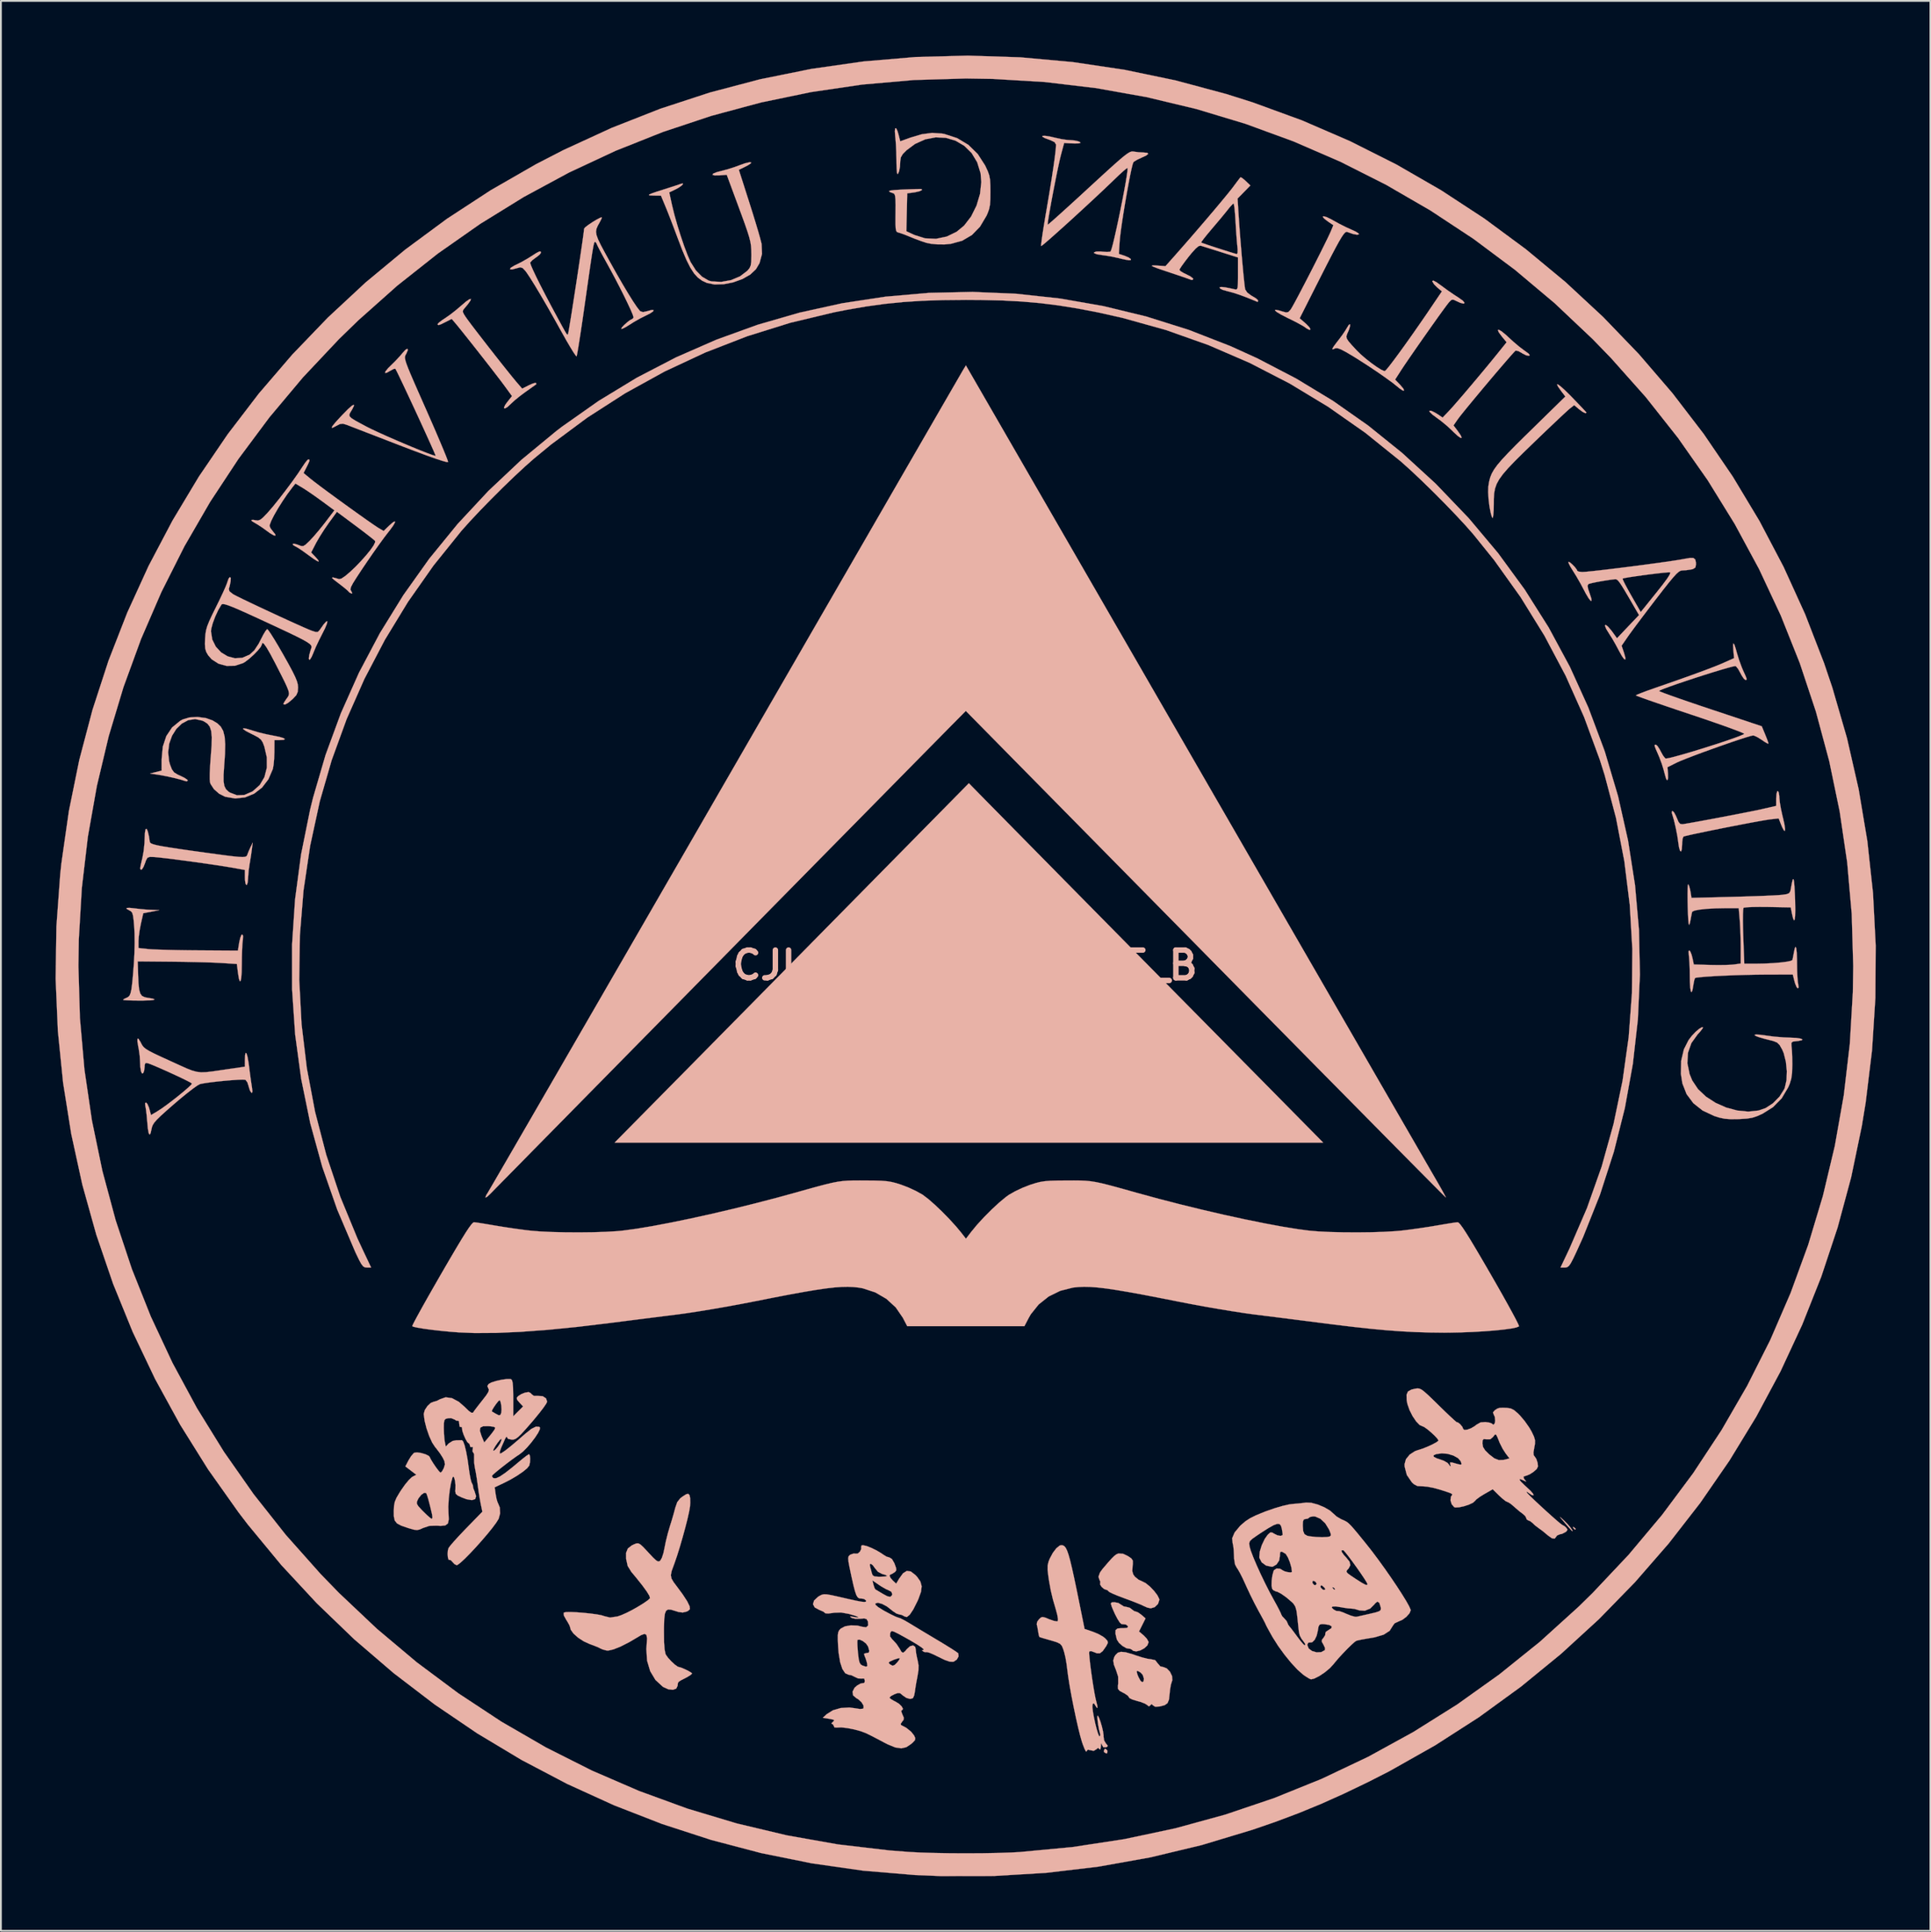
<source format=kicad_pcb>
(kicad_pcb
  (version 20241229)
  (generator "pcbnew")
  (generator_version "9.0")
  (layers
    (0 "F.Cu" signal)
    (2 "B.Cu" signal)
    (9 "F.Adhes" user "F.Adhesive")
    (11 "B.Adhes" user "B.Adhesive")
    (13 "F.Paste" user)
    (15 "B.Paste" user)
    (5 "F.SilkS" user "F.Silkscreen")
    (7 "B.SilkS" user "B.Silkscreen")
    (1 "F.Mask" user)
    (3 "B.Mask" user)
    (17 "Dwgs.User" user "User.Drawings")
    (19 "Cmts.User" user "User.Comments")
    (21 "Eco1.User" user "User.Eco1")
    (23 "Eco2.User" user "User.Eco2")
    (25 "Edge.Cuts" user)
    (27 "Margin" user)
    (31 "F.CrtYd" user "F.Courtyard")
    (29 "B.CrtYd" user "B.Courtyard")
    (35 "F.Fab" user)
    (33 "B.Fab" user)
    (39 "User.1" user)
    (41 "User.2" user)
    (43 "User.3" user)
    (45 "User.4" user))
  (footprint "CJLU_10x10_CIRCLE_B"
    (layer "F.Cu")
    (at 49.935 49.94)
    (property "Reference" "CJLU_10x10_CIRCLE_B" (at 0 0 0) (layer "B.SilkS") (effects (font (size 1.524 1.524) (thickness 0.3))))
    (attr through_hole)
    (fp_poly (pts (xy 33.43 30.853) (xy 33.52 30.932) (xy 33.528 30.951) (xy 33.488 30.985) (xy 33.404 30.907) (xy 33.393 30.89) (xy 33.383 30.832) (xy 33.43 30.853)) (stroke (width 0.01) (type solid)) (fill yes) (layer "B.SilkS"))
    (fp_poly (pts (xy 7.788 43.078) (xy 7.82 43.138) (xy 7.807 43.247) (xy 7.744 43.265) (xy 7.634 43.197) (xy 7.62 43.138) (xy 7.661 43.025) (xy 7.696 43.011) (xy 7.788 43.078)) (stroke (width 0.01) (type solid)) (fill yes) (layer "B.SilkS"))
    (fp_poly (pts (xy 32.691 30.305) (xy 32.813 30.414) (xy 32.884 30.48) (xy 33.069 30.666) (xy 33.227 30.85) (xy 33.331 30.996) (xy 33.352 31.067) (xy 33.34 31.069) (xy 33.278 31.008) (xy 33.136 30.85) (xy 32.946 30.631) (xy 32.94 30.624) (xy 32.751 30.401) (xy 32.669 30.297) (xy 32.691 30.305)) (stroke (width 0.01) (type solid)) (fill yes) (layer "B.SilkS"))
    (fp_poly (pts (xy 0.937 -9.25) (xy 1.289 -8.892) (xy 1.752 -8.422) (xy 2.316 -7.849) (xy 2.973 -7.182) (xy 3.714 -6.43) (xy 4.531 -5.601) (xy 5.414 -4.704) (xy 6.356 -3.749) (xy 7.347 -2.744) (xy 8.379 -1.698) (xy 9.443 -0.619) (xy 10.531 0.484) (xy 11.633 1.601) (xy 12.742 2.724) (xy 13.848 3.845) (xy 13.96 3.958) (xy 19.663 9.737) (xy -19.24 9.737) (xy -16.33 6.789) (xy -15.867 6.32) (xy -15.297 5.743) (xy -14.634 5.07) (xy -13.888 4.314) (xy -13.073 3.487) (xy -12.2 2.602) (xy -11.283 1.672) (xy -10.333 0.708) (xy -9.362 -0.277) (xy -8.384 -1.27) (xy -7.41 -2.258) (xy -6.605 -3.075) (xy 0.209 -9.992) (xy 0.937 -9.25)) (stroke (width 0.01) (type solid)) (fill yes) (layer "B.SilkS"))
    (fp_poly (pts (xy 8.682 32.31) (xy 8.939 32.432) (xy 9.13 32.562) (xy 9.211 32.684) (xy 9.213 32.868) (xy 9.198 32.992) (xy 9.182 33.26) (xy 9.237 33.446) (xy 9.324 33.565) (xy 9.524 33.73) (xy 9.725 33.822) (xy 9.921 33.921) (xy 10.153 34.111) (xy 10.38 34.348) (xy 10.563 34.589) (xy 10.661 34.789) (xy 10.668 34.837) (xy 10.594 35.062) (xy 10.414 35.237) (xy 10.196 35.303) (xy 10.001 35.26) (xy 9.821 35.18) (xy 9.655 35.102) (xy 9.372 34.986) (xy 9.018 34.85) (xy 8.742 34.749) (xy 8.391 34.616) (xy 8.107 34.497) (xy 7.925 34.407) (xy 7.874 34.363) (xy 7.806 34.296) (xy 7.76 34.29) (xy 7.63 34.239) (xy 7.497 34.122) (xy 7.415 33.996) (xy 7.42 33.925) (xy 7.424 33.823) (xy 7.389 33.763) (xy 7.325 33.571) (xy 7.41 33.333) (xy 7.547 33.144) (xy 7.839 32.802) (xy 8.047 32.569) (xy 8.196 32.423) (xy 8.309 32.339) (xy 8.409 32.297) (xy 8.431 32.291) (xy 8.682 32.31)) (stroke (width 0.01) (type solid)) (fill yes) (layer "B.SilkS"))
    (fp_poly (pts (xy 8.419 35.009) (xy 8.551 35.094) (xy 8.717 35.198) (xy 8.848 35.221) (xy 9.047 35.275) (xy 9.144 35.348) (xy 9.286 35.456) (xy 9.361 35.475) (xy 9.498 35.527) (xy 9.677 35.654) (xy 9.691 35.666) (xy 9.909 35.856) (xy 9.73 36.215) (xy 9.551 36.573) (xy 9.813 36.794) (xy 9.981 36.971) (xy 10.071 37.137) (xy 10.075 37.17) (xy 10.008 37.34) (xy 9.841 37.495) (xy 9.623 37.612) (xy 9.403 37.667) (xy 9.232 37.637) (xy 9.185 37.59) (xy 9.065 37.522) (xy 9.032 37.524) (xy 8.857 37.492) (xy 8.643 37.367) (xy 8.449 37.193) (xy 8.335 37.015) (xy 8.332 37.005) (xy 8.258 36.69) (xy 8.264 36.502) (xy 8.369 36.411) (xy 8.59 36.389) (xy 8.698 36.391) (xy 8.905 36.374) (xy 8.953 36.301) (xy 8.953 36.299) (xy 8.849 36.199) (xy 8.798 36.187) (xy 8.624 36.17) (xy 8.588 36.166) (xy 8.498 36.084) (xy 8.37 35.884) (xy 8.225 35.606) (xy 8.085 35.288) (xy 8.051 35.2) (xy 8.003 35.036) (xy 8.057 34.976) (xy 8.204 34.967) (xy 8.419 35.009)) (stroke (width 0.01) (type solid)) (fill yes) (layer "B.SilkS"))
    (fp_poly (pts (xy 32.685 -31.791) (xy 32.914 -31.588) (xy 33.224 -31.283) (xy 33.316 -31.189) (xy 33.609 -30.885) (xy 33.855 -30.628) (xy 34.031 -30.44) (xy 34.116 -30.343) (xy 34.121 -30.336) (xy 34.064 -30.306) (xy 33.916 -30.374) (xy 33.712 -30.523) (xy 33.705 -30.529) (xy 33.445 -30.748) (xy 33.211 -30.566) (xy 33.091 -30.462) (xy 32.867 -30.256) (xy 32.557 -29.966) (xy 32.18 -29.609) (xy 31.753 -29.202) (xy 31.294 -28.761) (xy 31.227 -28.696) (xy 30.646 -28.133) (xy 30.178 -27.668) (xy 29.809 -27.282) (xy 29.529 -26.957) (xy 29.324 -26.674) (xy 29.184 -26.416) (xy 29.097 -26.165) (xy 29.049 -25.901) (xy 29.031 -25.607) (xy 29.029 -25.32) (xy 29.023 -24.983) (xy 29.005 -24.722) (xy 28.978 -24.573) (xy 28.962 -24.553) (xy 28.918 -24.631) (xy 28.861 -24.836) (xy 28.803 -25.131) (xy 28.786 -25.235) (xy 28.741 -25.616) (xy 28.721 -25.988) (xy 28.73 -26.277) (xy 28.733 -26.301) (xy 28.773 -26.548) (xy 28.831 -26.772) (xy 28.917 -26.989) (xy 29.045 -27.215) (xy 29.228 -27.467) (xy 29.477 -27.761) (xy 29.806 -28.113) (xy 30.226 -28.542) (xy 30.751 -29.062) (xy 31.044 -29.348) (xy 32.959 -31.223) (xy 32.735 -31.515) (xy 32.564 -31.756) (xy 32.503 -31.88) (xy 32.546 -31.89) (xy 32.685 -31.791)) (stroke (width 0.01) (type solid)) (fill yes) (layer "B.SilkS"))
    (fp_poly (pts (xy 19.854 -41.071) (xy 20.115 -40.944) (xy 20.203 -40.894) (xy 20.555 -40.7) (xy 20.927 -40.513) (xy 21.218 -40.382) (xy 21.454 -40.273) (xy 21.602 -40.178) (xy 21.63 -40.129) (xy 21.521 -40.103) (xy 21.296 -40.147) (xy 20.988 -40.255) (xy 20.984 -40.256) (xy 20.931 -40.261) (xy 20.868 -40.225) (xy 20.788 -40.137) (xy 20.682 -39.983) (xy 20.543 -39.75) (xy 20.364 -39.426) (xy 20.138 -38.998) (xy 19.857 -38.453) (xy 19.514 -37.778) (xy 19.227 -37.211) (xy 18.372 -35.518) (xy 18.732 -35.203) (xy 18.909 -35.02) (xy 18.964 -34.905) (xy 18.907 -34.88) (xy 18.745 -34.965) (xy 18.669 -35.023) (xy 18.523 -35.115) (xy 18.265 -35.257) (xy 17.936 -35.426) (xy 17.697 -35.542) (xy 17.345 -35.722) (xy 17.116 -35.86) (xy 17.015 -35.949) (xy 17.048 -35.983) (xy 17.222 -35.952) (xy 17.411 -35.895) (xy 17.622 -35.838) (xy 17.747 -35.859) (xy 17.861 -35.975) (xy 17.876 -35.994) (xy 17.953 -36.12) (xy 18.094 -36.373) (xy 18.284 -36.728) (xy 18.511 -37.16) (xy 18.762 -37.643) (xy 19.024 -38.152) (xy 19.284 -38.663) (xy 19.53 -39.151) (xy 19.748 -39.59) (xy 19.927 -39.955) (xy 20.052 -40.223) (xy 20.093 -40.316) (xy 20.222 -40.628) (xy 19.933 -40.824) (xy 19.715 -40.992) (xy 19.639 -41.091) (xy 19.69 -41.119) (xy 19.854 -41.071)) (stroke (width 0.01) (type solid)) (fill yes) (layer "B.SilkS"))
    (fp_poly (pts (xy 29.458 -34.8) (xy 29.69 -34.611) (xy 29.832 -34.479) (xy 30.13 -34.208) (xy 30.438 -33.949) (xy 30.697 -33.754) (xy 30.728 -33.733) (xy 30.939 -33.578) (xy 31.004 -33.488) (xy 30.961 -33.458) (xy 30.802 -33.487) (xy 30.596 -33.591) (xy 30.566 -33.612) (xy 30.377 -33.717) (xy 30.238 -33.743) (xy 30.222 -33.737) (xy 30.139 -33.656) (xy 29.966 -33.464) (xy 29.72 -33.182) (xy 29.418 -32.831) (xy 29.077 -32.432) (xy 28.715 -32.004) (xy 28.349 -31.568) (xy 27.997 -31.145) (xy 27.675 -30.755) (xy 27.4 -30.419) (xy 27.191 -30.158) (xy 27.064 -29.99) (xy 27.057 -29.981) (xy 26.818 -29.635) (xy 27.04 -29.344) (xy 27.211 -29.097) (xy 27.267 -28.965) (xy 27.216 -28.948) (xy 27.069 -29.045) (xy 26.835 -29.257) (xy 26.751 -29.341) (xy 26.456 -29.616) (xy 26.114 -29.897) (xy 25.929 -30.032) (xy 25.672 -30.223) (xy 25.521 -30.363) (xy 25.487 -30.44) (xy 25.579 -30.439) (xy 25.633 -30.421) (xy 25.809 -30.335) (xy 26 -30.216) (xy 26.219 -30.065) (xy 26.559 -30.42) (xy 26.747 -30.625) (xy 27.019 -30.936) (xy 27.356 -31.326) (xy 27.734 -31.771) (xy 28.132 -32.244) (xy 28.529 -32.719) (xy 28.903 -33.172) (xy 29.232 -33.577) (xy 29.242 -33.589) (xy 29.734 -34.201) (xy 29.476 -34.514) (xy 29.305 -34.744) (xy 29.253 -34.868) (xy 29.308 -34.886) (xy 29.458 -34.8)) (stroke (width 0.01) (type solid)) (fill yes) (layer "B.SilkS"))
    (fp_poly (pts (xy 44.672 -9.492) (xy 44.704 -9.302) (xy 44.708 -9.207) (xy 44.732 -8.957) (xy 44.791 -8.608) (xy 44.874 -8.224) (xy 44.903 -8.107) (xy 44.987 -7.743) (xy 45.022 -7.496) (xy 45.013 -7.378) (xy 44.96 -7.399) (xy 44.868 -7.569) (xy 44.808 -7.714) (xy 44.671 -8.061) (xy 44.19 -8.007) (xy 43.98 -7.976) (xy 43.648 -7.919) (xy 43.222 -7.842) (xy 42.727 -7.748) (xy 42.189 -7.644) (xy 41.635 -7.535) (xy 41.091 -7.426) (xy 40.584 -7.322) (xy 40.139 -7.229) (xy 39.784 -7.151) (xy 39.544 -7.094) (xy 39.447 -7.065) (xy 39.4 -6.958) (xy 39.373 -6.746) (xy 39.37 -6.646) (xy 39.353 -6.366) (xy 39.311 -6.247) (xy 39.255 -6.285) (xy 39.199 -6.477) (xy 39.164 -6.711) (xy 39.108 -7.098) (xy 39.024 -7.531) (xy 38.927 -7.945) (xy 38.831 -8.275) (xy 38.809 -8.337) (xy 38.808 -8.448) (xy 38.846 -8.467) (xy 38.924 -8.395) (xy 39.025 -8.211) (xy 39.077 -8.09) (xy 39.176 -7.861) (xy 39.268 -7.758) (xy 39.393 -7.742) (xy 39.443 -7.749) (xy 39.817 -7.813) (xy 40.302 -7.9) (xy 40.862 -8.003) (xy 41.461 -8.116) (xy 42.064 -8.231) (xy 42.636 -8.342) (xy 43.139 -8.442) (xy 43.539 -8.524) (xy 43.752 -8.57) (xy 44.535 -8.749) (xy 44.535 -9.158) (xy 44.55 -9.395) (xy 44.59 -9.543) (xy 44.619 -9.567) (xy 44.672 -9.492)) (stroke (width 0.01) (type solid)) (fill yes) (layer "B.SilkS"))
    (fp_poly (pts (xy 8.819 37.715) (xy 9.18 37.818) (xy 9.382 37.888) (xy 9.71 37.994) (xy 10.01 38.07) (xy 10.218 38.1) (xy 10.22 38.1) (xy 10.439 38.148) (xy 10.568 38.312) (xy 10.721 38.489) (xy 10.871 38.523) (xy 11.073 38.598) (xy 11.25 38.782) (xy 11.365 39.019) (xy 11.381 39.248) (xy 11.358 39.313) (xy 11.301 39.498) (xy 11.253 39.78) (xy 11.232 39.993) (xy 11.196 40.313) (xy 11.116 40.508) (xy 10.959 40.619) (xy 10.691 40.69) (xy 10.68 40.692) (xy 10.439 40.705) (xy 10.32 40.63) (xy 10.241 40.558) (xy 10.174 40.623) (xy 10.095 40.688) (xy 10.005 40.615) (xy 9.873 40.531) (xy 9.635 40.44) (xy 9.446 40.387) (xy 9.197 40.313) (xy 9.036 40.236) (xy 9 40.188) (xy 8.942 40.101) (xy 8.775 39.986) (xy 8.689 39.941) (xy 8.485 39.831) (xy 8.398 39.724) (xy 8.393 39.552) (xy 8.409 39.427) (xy 8.405 39.049) (xy 8.311 38.759) (xy 9.422 38.759) (xy 9.456 38.913) (xy 9.516 39.065) (xy 9.634 39.282) (xy 9.737 39.362) (xy 9.805 39.299) (xy 9.821 39.163) (xy 9.753 38.952) (xy 9.636 38.826) (xy 9.479 38.735) (xy 9.422 38.759) (xy 8.311 38.759) (xy 8.293 38.704) (xy 8.17 38.389) (xy 8.137 38.163) (xy 8.193 37.973) (xy 8.26 37.865) (xy 8.388 37.739) (xy 8.565 37.689) (xy 8.819 37.715)) (stroke (width 0.01) (type solid)) (fill yes) (layer "B.SilkS"))
    (fp_poly (pts (xy -27.158 -36.484) (xy -27.306 -36.276) (xy -27.462 -36.091) (xy -27.558 -35.969) (xy -27.576 -35.869) (xy -27.509 -35.729) (xy -27.414 -35.583) (xy -27.293 -35.414) (xy -27.086 -35.137) (xy -26.812 -34.778) (xy -26.49 -34.362) (xy -26.141 -33.912) (xy -25.783 -33.456) (xy -25.436 -33.016) (xy -25.119 -32.618) (xy -24.853 -32.288) (xy -24.656 -32.05) (xy -24.625 -32.013) (xy -24.315 -31.654) (xy -23.961 -31.835) (xy -23.742 -31.932) (xy -23.591 -31.973) (xy -23.557 -31.968) (xy -23.541 -31.895) (xy -23.544 -31.893) (xy -23.626 -31.835) (xy -23.809 -31.705) (xy -24.06 -31.527) (xy -24.13 -31.478) (xy -24.433 -31.253) (xy -24.715 -31.024) (xy -24.918 -30.839) (xy -24.929 -30.827) (xy -25.139 -30.635) (xy -25.274 -30.563) (xy -25.317 -30.607) (xy -25.25 -30.758) (xy -25.144 -30.905) (xy -24.874 -31.246) (xy -25.31 -31.844) (xy -25.486 -32.079) (xy -25.741 -32.411) (xy -26.053 -32.815) (xy -26.401 -33.261) (xy -26.764 -33.724) (xy -27.121 -34.176) (xy -27.45 -34.59) (xy -27.73 -34.94) (xy -27.94 -35.197) (xy -28.018 -35.289) (xy -28.185 -35.483) (xy -28.525 -35.31) (xy -28.77 -35.19) (xy -28.9 -35.144) (xy -28.951 -35.164) (xy -28.956 -35.2) (xy -28.89 -35.276) (xy -28.72 -35.407) (xy -28.554 -35.517) (xy -28.271 -35.714) (xy -27.946 -35.968) (xy -27.706 -36.173) (xy -27.41 -36.426) (xy -27.216 -36.561) (xy -27.13 -36.579) (xy -27.158 -36.484)) (stroke (width 0.01) (type solid)) (fill yes) (layer "B.SilkS"))
    (fp_poly (pts (xy -44.876 -7.367) (xy -44.809 -7.087) (xy -44.761 -6.774) (xy -44.738 -6.726) (xy -44.672 -6.68) (xy -44.547 -6.634) (xy -44.348 -6.584) (xy -44.058 -6.528) (xy -43.662 -6.463) (xy -43.145 -6.384) (xy -42.489 -6.29) (xy -41.756 -6.188) (xy -41.077 -6.095) (xy -40.547 -6.024) (xy -40.146 -5.976) (xy -39.856 -5.948) (xy -39.657 -5.941) (xy -39.531 -5.952) (xy -39.459 -5.982) (xy -39.42 -6.03) (xy -39.403 -6.075) (xy -39.334 -6.255) (xy -39.234 -6.477) (xy -39.111 -6.731) (xy -39.159 -6.35) (xy -39.205 -6.021) (xy -39.264 -5.656) (xy -39.283 -5.546) (xy -39.332 -5.207) (xy -39.361 -4.865) (xy -39.365 -4.763) (xy -39.386 -4.543) (xy -39.432 -4.415) (xy -39.455 -4.403) (xy -39.503 -4.479) (xy -39.534 -4.673) (xy -39.539 -4.817) (xy -39.539 -5.232) (xy -40.28 -5.365) (xy -40.639 -5.425) (xy -41.105 -5.497) (xy -41.643 -5.576) (xy -42.221 -5.658) (xy -42.804 -5.737) (xy -43.358 -5.81) (xy -43.85 -5.871) (xy -44.246 -5.916) (xy -44.511 -5.941) (xy -44.528 -5.942) (xy -44.762 -5.948) (xy -44.889 -5.901) (xy -44.969 -5.76) (xy -45.022 -5.607) (xy -45.11 -5.391) (xy -45.192 -5.264) (xy -45.219 -5.249) (xy -45.268 -5.258) (xy -45.287 -5.308) (xy -45.272 -5.432) (xy -45.221 -5.665) (xy -45.168 -5.884) (xy -45.097 -6.274) (xy -45.052 -6.705) (xy -45.044 -6.917) (xy -45.029 -7.271) (xy -44.992 -7.462) (xy -44.939 -7.493) (xy -44.876 -7.367)) (stroke (width 0.01) (type solid)) (fill yes) (layer "B.SilkS"))
    (fp_poly (pts (xy 40.518 3.406) (xy 40.485 3.482) (xy 40.362 3.64) (xy 40.219 3.798) (xy 39.879 4.27) (xy 39.691 4.803) (xy 39.658 5.377) (xy 39.782 5.976) (xy 39.926 6.327) (xy 40.241 6.798) (xy 40.677 7.21) (xy 41.205 7.552) (xy 41.79 7.811) (xy 42.402 7.976) (xy 43.007 8.034) (xy 43.573 7.973) (xy 43.955 7.841) (xy 44.358 7.577) (xy 44.715 7.214) (xy 44.972 6.808) (xy 45.009 6.721) (xy 45.102 6.311) (xy 45.12 5.816) (xy 45.068 5.3) (xy 44.95 4.83) (xy 44.868 4.634) (xy 44.726 4.382) (xy 44.581 4.241) (xy 44.379 4.16) (xy 44.327 4.146) (xy 43.885 4.034) (xy 43.589 3.949) (xy 43.418 3.884) (xy 43.352 3.833) (xy 43.349 3.822) (xy 43.426 3.803) (xy 43.629 3.813) (xy 43.92 3.849) (xy 44.005 3.863) (xy 44.445 3.92) (xy 44.935 3.96) (xy 45.318 3.975) (xy 45.643 3.99) (xy 45.866 4.023) (xy 45.972 4.067) (xy 45.946 4.113) (xy 45.774 4.152) (xy 45.657 4.165) (xy 45.45 4.191) (xy 45.37 4.259) (xy 45.372 4.417) (xy 45.381 4.487) (xy 45.401 4.713) (xy 45.414 5.044) (xy 45.42 5.418) (xy 45.419 5.503) (xy 45.406 5.916) (xy 45.363 6.228) (xy 45.278 6.508) (xy 45.196 6.699) (xy 44.835 7.306) (xy 44.362 7.788) (xy 43.793 8.145) (xy 43.488 8.284) (xy 43.221 8.37) (xy 42.926 8.418) (xy 42.536 8.442) (xy 42.469 8.445) (xy 42.038 8.45) (xy 41.705 8.425) (xy 41.401 8.36) (xy 41.136 8.276) (xy 40.496 7.976) (xy 39.988 7.574) (xy 39.616 7.075) (xy 39.384 6.485) (xy 39.303 5.962) (xy 39.319 5.241) (xy 39.468 4.614) (xy 39.724 4.109) (xy 39.902 3.876) (xy 40.107 3.66) (xy 40.303 3.492) (xy 40.455 3.403) (xy 40.518 3.406)) (stroke (width 0.01) (type solid)) (fill yes) (layer "B.SilkS"))
    (fp_poly (pts (xy 25.886 -37.495) (xy 26.141 -37.312) (xy 26.473 -37.068) (xy 26.838 -36.817) (xy 27.093 -36.652) (xy 27.334 -36.48) (xy 27.425 -36.363) (xy 27.375 -36.319) (xy 27.191 -36.366) (xy 27.003 -36.452) (xy 26.818 -36.537) (xy 26.703 -36.528) (xy 26.58 -36.407) (xy 26.534 -36.351) (xy 26.409 -36.188) (xy 26.206 -35.912) (xy 25.943 -35.547) (xy 25.64 -35.12) (xy 25.312 -34.656) (xy 24.979 -34.181) (xy 24.66 -33.722) (xy 24.371 -33.303) (xy 24.131 -32.951) (xy 23.958 -32.691) (xy 23.934 -32.654) (xy 23.611 -32.15) (xy 23.886 -31.867) (xy 24.062 -31.659) (xy 24.108 -31.549) (xy 24.034 -31.549) (xy 23.851 -31.671) (xy 23.779 -31.731) (xy 23.486 -31.966) (xy 23.08 -32.262) (xy 22.595 -32.599) (xy 22.066 -32.951) (xy 21.526 -33.296) (xy 21.286 -33.444) (xy 20.909 -33.667) (xy 20.645 -33.806) (xy 20.467 -33.872) (xy 20.349 -33.876) (xy 20.308 -33.86) (xy 20.191 -33.81) (xy 20.166 -33.842) (xy 20.239 -33.97) (xy 20.416 -34.207) (xy 20.494 -34.307) (xy 20.698 -34.577) (xy 20.874 -34.835) (xy 20.966 -34.989) (xy 21.075 -35.161) (xy 21.136 -35.189) (xy 21.14 -35.094) (xy 21.082 -34.898) (xy 21.04 -34.799) (xy 20.969 -34.638) (xy 20.937 -34.516) (xy 20.96 -34.4) (xy 21.052 -34.257) (xy 21.227 -34.053) (xy 21.501 -33.757) (xy 21.503 -33.755) (xy 21.733 -33.529) (xy 22.015 -33.287) (xy 22.317 -33.051) (xy 22.606 -32.845) (xy 22.85 -32.694) (xy 23.015 -32.621) (xy 23.055 -32.621) (xy 23.138 -32.703) (xy 23.305 -32.907) (xy 23.54 -33.216) (xy 23.833 -33.612) (xy 24.17 -34.078) (xy 24.538 -34.596) (xy 24.924 -35.149) (xy 25.317 -35.718) (xy 25.567 -36.087) (xy 26.181 -36.994) (xy 25.917 -37.216) (xy 25.75 -37.385) (xy 25.659 -37.533) (xy 25.654 -37.562) (xy 25.713 -37.586) (xy 25.886 -37.495)) (stroke (width 0.01) (type solid)) (fill yes) (layer "B.SilkS"))
    (fp_poly (pts (xy -45.614 -3.124) (xy -45.249 -3.082) (xy -44.849 -3.05) (xy -44.704 -3.043) (xy -44.238 -3.026) (xy -44.679 -2.941) (xy -45.119 -2.856) (xy -45.25 -2.279) (xy -45.319 -1.918) (xy -45.367 -1.561) (xy -45.381 -1.324) (xy -45.381 -0.945) (xy -44.852 -0.888) (xy -44.621 -0.872) (xy -44.25 -0.857) (xy -43.77 -0.843) (xy -43.211 -0.831) (xy -42.602 -0.822) (xy -42.123 -0.818) (xy -39.923 -0.804) (xy -39.852 -1.249) (xy -39.797 -1.497) (xy -39.732 -1.658) (xy -39.691 -1.693) (xy -39.64 -1.618) (xy -39.65 -1.406) (xy -39.654 -1.376) (xy -39.676 -1.163) (xy -39.693 -0.83) (xy -39.704 -0.424) (xy -39.708 -0.059) (xy -39.717 0.386) (xy -39.74 0.694) (xy -39.775 0.859) (xy -39.818 0.875) (xy -39.867 0.735) (xy -39.917 0.433) (xy -39.923 0.387) (xy -39.98 -0.07) (xy -40.839 -0.125) (xy -41.192 -0.143) (xy -41.672 -0.16) (xy -42.238 -0.175) (xy -42.849 -0.187) (xy -43.463 -0.195) (xy -43.561 -0.196) (xy -45.424 -0.212) (xy -45.402 0.508) (xy -45.382 0.988) (xy -45.347 1.326) (xy -45.286 1.548) (xy -45.189 1.682) (xy -45.044 1.753) (xy -44.89 1.783) (xy -44.614 1.83) (xy -44.502 1.871) (xy -44.55 1.904) (xy -44.751 1.927) (xy -45.101 1.939) (xy -45.327 1.94) (xy -45.695 1.936) (xy -45.99 1.926) (xy -46.178 1.912) (xy -46.228 1.898) (xy -46.159 1.842) (xy -46.029 1.783) (xy -45.941 1.737) (xy -45.871 1.662) (xy -45.817 1.533) (xy -45.771 1.33) (xy -45.731 1.029) (xy -45.69 0.608) (xy -45.645 0.045) (xy -45.635 -0.085) (xy -45.605 -0.634) (xy -45.591 -1.211) (xy -45.597 -1.744) (xy -45.613 -2.074) (xy -45.646 -2.464) (xy -45.68 -2.719) (xy -45.724 -2.872) (xy -45.787 -2.958) (xy -45.868 -3.005) (xy -46.03 -3.093) (xy -46.032 -3.143) (xy -45.878 -3.152) (xy -45.614 -3.124)) (stroke (width 0.01) (type solid)) (fill yes) (layer "B.SilkS"))
    (fp_poly (pts (xy -30.593 -33.769) (xy -30.677 -33.575) (xy -30.69 -33.553) (xy -30.727 -33.487) (xy -30.749 -33.419) (xy -30.751 -33.331) (xy -30.728 -33.207) (xy -30.674 -33.032) (xy -30.582 -32.789) (xy -30.448 -32.462) (xy -30.264 -32.035) (xy -30.026 -31.492) (xy -29.728 -30.817) (xy -29.596 -30.52) (xy -29.313 -29.875) (xy -29.053 -29.278) (xy -28.826 -28.745) (xy -28.637 -28.296) (xy -28.495 -27.947) (xy -28.408 -27.718) (xy -28.383 -27.627) (xy -28.467 -27.627) (xy -28.701 -27.691) (xy -29.079 -27.815) (xy -29.593 -27.998) (xy -30.238 -28.238) (xy -31.008 -28.532) (xy -31.03 -28.54) (xy -31.672 -28.789) (xy -32.275 -29.022) (xy -32.818 -29.231) (xy -33.279 -29.409) (xy -33.637 -29.548) (xy -33.872 -29.639) (xy -33.945 -29.667) (xy -34.155 -29.73) (xy -34.321 -29.712) (xy -34.529 -29.606) (xy -34.704 -29.514) (xy -34.774 -29.508) (xy -34.734 -29.596) (xy -34.582 -29.785) (xy -34.313 -30.081) (xy -34.178 -30.224) (xy -33.879 -30.528) (xy -33.673 -30.711) (xy -33.562 -30.772) (xy -33.553 -30.709) (xy -33.648 -30.519) (xy -33.688 -30.453) (xy -33.769 -30.319) (xy -33.807 -30.217) (xy -33.784 -30.127) (xy -33.68 -30.028) (xy -33.479 -29.901) (xy -33.16 -29.727) (xy -32.851 -29.562) (xy -32.577 -29.425) (xy -32.214 -29.255) (xy -31.785 -29.061) (xy -31.316 -28.856) (xy -30.834 -28.649) (xy -30.363 -28.451) (xy -29.929 -28.274) (xy -29.557 -28.127) (xy -29.274 -28.023) (xy -29.105 -27.971) (xy -29.068 -27.969) (xy -29.096 -28.048) (xy -29.186 -28.258) (xy -29.327 -28.576) (xy -29.509 -28.979) (xy -29.721 -29.445) (xy -29.953 -29.951) (xy -30.195 -30.475) (xy -30.436 -30.993) (xy -30.666 -31.484) (xy -30.874 -31.925) (xy -31.049 -32.293) (xy -31.182 -32.566) (xy -31.262 -32.72) (xy -31.278 -32.746) (xy -31.371 -32.736) (xy -31.533 -32.65) (xy -31.747 -32.529) (xy -31.842 -32.517) (xy -31.818 -32.604) (xy -31.675 -32.779) (xy -31.536 -32.916) (xy -31.276 -33.173) (xy -31.032 -33.435) (xy -30.884 -33.61) (xy -30.717 -33.792) (xy -30.613 -33.843) (xy -30.593 -33.769)) (stroke (width 0.01) (type solid)) (fill yes) (layer "B.SilkS"))
    (fp_poly (pts (xy -11.746 -44.078) (xy -11.759 -44.024) (xy -11.911 -43.921) (xy -12.03 -43.859) (xy -12.419 -43.667) (xy -11.834 -41.836) (xy -11.659 -41.282) (xy -11.497 -40.756) (xy -11.358 -40.29) (xy -11.251 -39.913) (xy -11.184 -39.654) (xy -11.17 -39.591) (xy -11.147 -39.051) (xy -11.284 -38.544) (xy -11.481 -38.211) (xy -11.793 -37.917) (xy -12.224 -37.672) (xy -12.726 -37.491) (xy -13.25 -37.387) (xy -13.75 -37.372) (xy -14.17 -37.457) (xy -14.433 -37.579) (xy -14.665 -37.747) (xy -14.878 -37.982) (xy -15.085 -38.302) (xy -15.299 -38.726) (xy -15.531 -39.275) (xy -15.795 -39.967) (xy -15.805 -39.994) (xy -15.977 -40.453) (xy -16.158 -40.926) (xy -16.324 -41.351) (xy -16.435 -41.623) (xy -16.695 -42.249) (xy -17.089 -42.254) (xy -17.273 -42.261) (xy -17.359 -42.278) (xy -17.335 -42.315) (xy -17.188 -42.377) (xy -16.906 -42.474) (xy -16.474 -42.612) (xy -16.468 -42.614) (xy -16.135 -42.72) (xy -15.853 -42.812) (xy -15.669 -42.875) (xy -15.642 -42.886) (xy -15.505 -42.921) (xy -15.487 -42.883) (xy -15.568 -42.796) (xy -15.727 -42.685) (xy -15.868 -42.609) (xy -16.241 -42.427) (xy -16.087 -41.724) (xy -15.961 -41.21) (xy -15.799 -40.636) (xy -15.615 -40.046) (xy -15.424 -39.483) (xy -15.239 -38.994) (xy -15.077 -38.622) (xy -15.066 -38.601) (xy -14.78 -38.147) (xy -14.443 -37.802) (xy -14.08 -37.588) (xy -13.922 -37.543) (xy -13.388 -37.515) (xy -12.848 -37.612) (xy -12.353 -37.82) (xy -11.954 -38.124) (xy -11.938 -38.141) (xy -11.832 -38.272) (xy -11.769 -38.413) (xy -11.739 -38.613) (xy -11.731 -38.917) (xy -11.731 -39.06) (xy -11.736 -39.292) (xy -11.752 -39.502) (xy -11.786 -39.716) (xy -11.847 -39.96) (xy -11.94 -40.263) (xy -12.074 -40.652) (xy -12.255 -41.153) (xy -12.409 -41.571) (xy -13.083 -43.392) (xy -13.484 -43.364) (xy -13.755 -43.361) (xy -13.868 -43.397) (xy -13.827 -43.46) (xy -13.636 -43.538) (xy -13.399 -43.6) (xy -13.042 -43.694) (xy -12.638 -43.824) (xy -12.385 -43.917) (xy -12.076 -44.027) (xy -11.857 -44.08) (xy -11.746 -44.078)) (stroke (width 0.01) (type solid)) (fill yes) (layer "B.SilkS"))
    (fp_poly (pts (xy -3.709 -45.796) (xy -3.652 -45.603) (xy -3.559 -45.232) (xy -3.014 -45.43) (xy -2.375 -45.62) (xy -1.807 -45.695) (xy -1.263 -45.658) (xy -1.136 -45.635) (xy -0.433 -45.407) (xy 0.181 -45.038) (xy 0.696 -44.535) (xy 1.1 -43.909) (xy 1.122 -43.865) (xy 1.249 -43.59) (xy 1.329 -43.36) (xy 1.373 -43.121) (xy 1.391 -42.815) (xy 1.395 -42.46) (xy 1.39 -42.043) (xy 1.368 -41.741) (xy 1.318 -41.501) (xy 1.234 -41.27) (xy 1.177 -41.144) (xy 0.819 -40.543) (xy 0.375 -40.087) (xy -0.157 -39.775) (xy -0.78 -39.604) (xy -1.128 -39.571) (xy -1.512 -39.574) (xy -1.883 -39.609) (xy -2.117 -39.657) (xy -2.41 -39.754) (xy -2.764 -39.886) (xy -3.006 -39.984) (xy -3.295 -40.101) (xy -3.541 -40.19) (xy -3.672 -40.229) (xy -3.738 -40.254) (xy -3.782 -40.32) (xy -3.808 -40.455) (xy -3.819 -40.686) (xy -3.819 -41.043) (xy -3.816 -41.297) (xy -3.813 -41.742) (xy -3.82 -42.046) (xy -3.841 -42.234) (xy -3.878 -42.336) (xy -3.933 -42.377) (xy -4.116 -42.443) (xy -4.178 -42.492) (xy -4.106 -42.528) (xy -3.889 -42.556) (xy -3.518 -42.579) (xy -3.387 -42.586) (xy -2.999 -42.601) (xy -2.678 -42.611) (xy -2.459 -42.613) (xy -2.378 -42.609) (xy -2.373 -42.551) (xy -2.505 -42.489) (xy -2.744 -42.434) (xy -2.817 -42.423) (xy -3.175 -42.376) (xy -3.199 -41.336) (xy -3.223 -40.296) (xy -2.775 -40.088) (xy -2.195 -39.907) (xy -1.594 -39.881) (xy -1.005 -40.003) (xy -0.46 -40.268) (xy -0.054 -40.602) (xy 0.334 -41.106) (xy 0.631 -41.704) (xy 0.823 -42.349) (xy 0.893 -42.994) (xy 0.854 -43.476) (xy 0.666 -44.084) (xy 0.361 -44.589) (xy -0.042 -44.985) (xy -0.519 -45.265) (xy -1.049 -45.423) (xy -1.61 -45.451) (xy -2.182 -45.342) (xy -2.741 -45.091) (xy -3.207 -44.746) (xy -3.421 -44.53) (xy -3.526 -44.349) (xy -3.557 -44.142) (xy -3.557 -44.123) (xy -3.575 -43.829) (xy -3.621 -43.589) (xy -3.683 -43.451) (xy -3.714 -43.434) (xy -3.737 -43.512) (xy -3.756 -43.723) (xy -3.766 -44.028) (xy -3.768 -44.217) (xy -3.775 -44.638) (xy -3.795 -45.061) (xy -3.823 -45.412) (xy -3.832 -45.487) (xy -3.855 -45.787) (xy -3.836 -45.943) (xy -3.783 -45.949) (xy -3.709 -45.796)) (stroke (width 0.01) (type solid)) (fill yes) (layer "B.SilkS"))
    (fp_poly (pts (xy -41.683 -13.57) (xy -41.316 -13.441) (xy -41.057 -13.285) (xy -40.864 -13.099) (xy -40.731 -12.861) (xy -40.652 -12.547) (xy -40.621 -12.135) (xy -40.632 -11.601) (xy -40.677 -10.954) (xy -40.71 -10.458) (xy -40.71 -10.098) (xy -40.668 -9.844) (xy -40.58 -9.665) (xy -40.438 -9.53) (xy -40.363 -9.48) (xy -39.975 -9.332) (xy -39.568 -9.35) (xy -39.139 -9.535) (xy -39.102 -9.558) (xy -38.723 -9.894) (xy -38.465 -10.331) (xy -38.334 -10.846) (xy -38.336 -11.416) (xy -38.469 -11.996) (xy -38.556 -12.228) (xy -38.654 -12.384) (xy -38.805 -12.508) (xy -39.051 -12.64) (xy -39.184 -12.704) (xy -39.489 -12.862) (xy -39.634 -12.966) (xy -39.623 -13.009) (xy -39.458 -12.987) (xy -39.143 -12.893) (xy -39.096 -12.877) (xy -38.759 -12.777) (xy -38.347 -12.678) (xy -37.978 -12.605) (xy -37.639 -12.537) (xy -37.423 -12.471) (xy -37.342 -12.415) (xy -37.406 -12.376) (xy -37.626 -12.361) (xy -37.628 -12.361) (xy -37.917 -12.361) (xy -37.92 -11.705) (xy -37.933 -11.345) (xy -37.963 -11.014) (xy -38.004 -10.779) (xy -38.008 -10.767) (xy -38.25 -10.208) (xy -38.599 -9.754) (xy -39.034 -9.419) (xy -39.53 -9.215) (xy -40.068 -9.155) (xy -40.625 -9.251) (xy -40.953 -9.417) (xy -41.237 -9.666) (xy -41.423 -9.95) (xy -41.454 -10.041) (xy -41.469 -10.213) (xy -41.468 -10.515) (xy -41.451 -10.908) (xy -41.421 -11.354) (xy -41.41 -11.48) (xy -41.366 -12.074) (xy -41.357 -12.525) (xy -41.389 -12.858) (xy -41.467 -13.097) (xy -41.598 -13.265) (xy -41.787 -13.388) (xy -41.873 -13.428) (xy -42.272 -13.514) (xy -42.654 -13.454) (xy -43.003 -13.267) (xy -43.304 -12.975) (xy -43.539 -12.601) (xy -43.695 -12.166) (xy -43.753 -11.69) (xy -43.7 -11.197) (xy -43.649 -11.015) (xy -43.546 -10.75) (xy -43.425 -10.587) (xy -43.228 -10.466) (xy -43.088 -10.403) (xy -42.856 -10.289) (xy -42.705 -10.187) (xy -42.672 -10.141) (xy -42.735 -10.097) (xy -42.82 -10.115) (xy -43.055 -10.189) (xy -43.397 -10.277) (xy -43.785 -10.364) (xy -44.159 -10.436) (xy -44.323 -10.463) (xy -44.746 -10.525) (xy -44.111 -10.685) (xy -44.111 -11.308) (xy -44.047 -11.997) (xy -43.854 -12.58) (xy -43.536 -13.055) (xy -43.095 -13.416) (xy -42.951 -13.495) (xy -42.582 -13.606) (xy -42.136 -13.631) (xy -41.683 -13.57)) (stroke (width 0.01) (type solid)) (fill yes) (layer "B.SilkS"))
    (fp_poly (pts (xy -45.384 4.035) (xy -45.281 4.195) (xy -45.238 4.28) (xy -45.175 4.396) (xy -45.094 4.497) (xy -44.971 4.598) (xy -44.784 4.711) (xy -44.51 4.851) (xy -44.127 5.031) (xy -43.612 5.266) (xy -43.611 5.266) (xy -43.119 5.491) (xy -42.743 5.66) (xy -42.447 5.776) (xy -42.195 5.847) (xy -41.949 5.876) (xy -41.673 5.868) (xy -41.33 5.829) (xy -40.884 5.764) (xy -40.45 5.7) (xy -39.539 5.568) (xy -39.539 5.211) (xy -39.528 4.93) (xy -39.496 4.809) (xy -39.451 4.84) (xy -39.398 5.015) (xy -39.342 5.325) (xy -39.316 5.517) (xy -39.265 5.917) (xy -39.213 6.3) (xy -39.168 6.602) (xy -39.155 6.68) (xy -39.126 6.915) (xy -39.149 7.003) (xy -39.184 6.995) (xy -39.262 6.879) (xy -39.328 6.671) (xy -39.335 6.637) (xy -39.405 6.424) (xy -39.504 6.295) (xy -39.519 6.287) (xy -39.651 6.277) (xy -39.911 6.285) (xy -40.262 6.309) (xy -40.663 6.343) (xy -41.075 6.385) (xy -41.461 6.431) (xy -41.779 6.477) (xy -41.993 6.519) (xy -42.005 6.522) (xy -42.145 6.599) (xy -42.386 6.769) (xy -42.703 7.014) (xy -43.07 7.313) (xy -43.426 7.616) (xy -43.848 7.985) (xy -44.158 8.265) (xy -44.374 8.477) (xy -44.516 8.64) (xy -44.6 8.774) (xy -44.646 8.899) (xy -44.662 8.977) (xy -44.717 9.221) (xy -44.771 9.298) (xy -44.822 9.213) (xy -44.866 8.968) (xy -44.899 8.615) (xy -44.93 8.263) (xy -44.965 7.958) (xy -44.999 7.753) (xy -45.006 7.726) (xy -45.019 7.574) (xy -44.971 7.535) (xy -44.895 7.609) (xy -44.813 7.794) (xy -44.787 7.88) (xy -44.694 8.224) (xy -44.341 8.015) (xy -44.117 7.87) (xy -43.834 7.667) (xy -43.518 7.428) (xy -43.199 7.177) (xy -42.904 6.935) (xy -42.66 6.725) (xy -42.498 6.57) (xy -42.444 6.493) (xy -42.523 6.44) (xy -42.725 6.334) (xy -43.018 6.191) (xy -43.37 6.025) (xy -43.749 5.851) (xy -44.123 5.684) (xy -44.46 5.538) (xy -44.726 5.429) (xy -44.864 5.379) (xy -44.992 5.363) (xy -45.039 5.457) (xy -45.044 5.561) (xy -45.069 5.778) (xy -45.117 5.913) (xy -45.184 5.944) (xy -45.241 5.83) (xy -45.281 5.595) (xy -45.296 5.275) (xy -45.315 4.969) (xy -45.364 4.618) (xy -45.39 4.486) (xy -45.441 4.185) (xy -45.438 4.034) (xy -45.384 4.035)) (stroke (width 0.01) (type solid)) (fill yes) (layer "B.SilkS"))
    (fp_poly (pts (xy 39.988 -22.358) (xy 40.091 -22.278) (xy 40.128 -22.108) (xy 40.131 -22.003) (xy 40.099 -21.837) (xy 39.969 -21.752) (xy 39.867 -21.728) (xy 39.595 -21.688) (xy 39.374 -21.675) (xy 39.287 -21.659) (xy 39.186 -21.601) (xy 39.056 -21.486) (xy 38.884 -21.298) (xy 38.653 -21.021) (xy 38.351 -20.64) (xy 37.963 -20.138) (xy 37.95 -20.122) (xy 37.584 -19.644) (xy 37.23 -19.177) (xy 36.909 -18.75) (xy 36.643 -18.391) (xy 36.451 -18.127) (xy 36.401 -18.056) (xy 36.047 -17.542) (xy 36.179 -17.153) (xy 36.251 -16.897) (xy 36.251 -16.784) (xy 36.187 -16.809) (xy 36.069 -16.967) (xy 35.909 -17.254) (xy 35.889 -17.293) (xy 35.709 -17.629) (xy 35.516 -17.963) (xy 35.379 -18.176) (xy 35.199 -18.471) (xy 35.132 -18.645) (xy 35.166 -18.691) (xy 35.289 -18.602) (xy 35.489 -18.371) (xy 35.556 -18.28) (xy 35.794 -17.951) (xy 36.399 -18.588) (xy 37.004 -19.224) (xy 36.772 -19.624) (xy 36.469 -20.146) (xy 36.238 -20.539) (xy 36.065 -20.821) (xy 35.939 -21.009) (xy 35.847 -21.122) (xy 35.776 -21.178) (xy 35.715 -21.194) (xy 35.682 -21.193) (xy 35.386 -21.156) (xy 35.048 -21.103) (xy 34.715 -21.044) (xy 34.436 -20.986) (xy 34.258 -20.939) (xy 34.226 -20.925) (xy 34.18 -20.843) (xy 34.205 -20.674) (xy 34.291 -20.422) (xy 34.382 -20.146) (xy 34.398 -20.011) (xy 34.347 -20.011) (xy 34.24 -20.141) (xy 34.087 -20.397) (xy 33.988 -20.586) (xy 33.791 -20.956) (xy 33.636 -21.227) (xy 36.101 -21.227) (xy 36.126 -21.144) (xy 36.222 -20.945) (xy 36.375 -20.658) (xy 36.567 -20.313) (xy 36.581 -20.289) (xy 37.098 -19.388) (xy 37.967 -20.468) (xy 38.312 -20.905) (xy 38.549 -21.225) (xy 38.684 -21.437) (xy 38.722 -21.548) (xy 38.701 -21.571) (xy 38.575 -21.568) (xy 38.324 -21.546) (xy 37.984 -21.508) (xy 37.592 -21.46) (xy 37.183 -21.406) (xy 36.794 -21.351) (xy 36.46 -21.301) (xy 36.218 -21.258) (xy 36.104 -21.23) (xy 36.101 -21.227) (xy 33.636 -21.227) (xy 33.572 -21.339) (xy 33.381 -21.646) (xy 33.233 -21.885) (xy 33.141 -22.067) (xy 33.126 -22.147) (xy 33.203 -22.121) (xy 33.336 -22.009) (xy 33.48 -21.86) (xy 33.586 -21.721) (xy 33.613 -21.654) (xy 33.687 -21.612) (xy 33.87 -21.59) (xy 33.907 -21.59) (xy 34.09 -21.601) (xy 34.415 -21.633) (xy 34.853 -21.681) (xy 35.377 -21.743) (xy 35.962 -21.814) (xy 36.578 -21.892) (xy 37.201 -21.973) (xy 37.801 -22.054) (xy 38.353 -22.13) (xy 38.83 -22.199) (xy 39.204 -22.257) (xy 39.448 -22.3) (xy 39.455 -22.302) (xy 39.787 -22.361) (xy 39.988 -22.358)) (stroke (width 0.01) (type solid)) (fill yes) (layer "B.SilkS"))
    (fp_poly (pts (xy 42.234 -17.612) (xy 42.309 -17.395) (xy 42.381 -17.137) (xy 42.495 -16.762) (xy 42.641 -16.365) (xy 42.718 -16.182) (xy 42.843 -15.907) (xy 42.905 -15.752) (xy 42.913 -15.682) (xy 42.874 -15.664) (xy 42.84 -15.663) (xy 42.757 -15.733) (xy 42.639 -15.911) (xy 42.569 -16.044) (xy 42.447 -16.263) (xy 42.338 -16.401) (xy 42.295 -16.425) (xy 42.152 -16.4) (xy 41.885 -16.33) (xy 41.519 -16.224) (xy 41.082 -16.092) (xy 40.598 -15.94) (xy 40.094 -15.778) (xy 39.596 -15.613) (xy 39.129 -15.456) (xy 38.721 -15.313) (xy 38.396 -15.193) (xy 38.18 -15.106) (xy 38.1 -15.058) (xy 38.1 -15.058) (xy 38.177 -15.019) (xy 38.397 -14.933) (xy 38.742 -14.807) (xy 39.193 -14.648) (xy 39.732 -14.462) (xy 40.341 -14.254) (xy 40.922 -14.06) (xy 43.743 -13.119) (xy 43.927 -12.675) (xy 44.028 -12.422) (xy 44.095 -12.234) (xy 44.111 -12.169) (xy 44.051 -12.178) (xy 43.895 -12.268) (xy 43.76 -12.361) (xy 43.53 -12.508) (xy 43.337 -12.6) (xy 43.268 -12.615) (xy 43.133 -12.587) (xy 42.866 -12.508) (xy 42.496 -12.388) (xy 42.049 -12.238) (xy 41.553 -12.065) (xy 41.035 -11.881) (xy 40.522 -11.696) (xy 40.043 -11.517) (xy 39.623 -11.356) (xy 39.29 -11.223) (xy 39.074 -11.126) (xy 38.566 -10.873) (xy 38.594 -10.517) (xy 38.598 -10.285) (xy 38.57 -10.165) (xy 38.52 -10.181) (xy 38.483 -10.266) (xy 38.441 -10.409) (xy 38.378 -10.643) (xy 38.351 -10.744) (xy 38.26 -11.04) (xy 38.131 -11.389) (xy 38.051 -11.58) (xy 37.929 -11.858) (xy 37.868 -12.016) (xy 37.859 -12.087) (xy 37.896 -12.107) (xy 37.932 -12.107) (xy 38.015 -12.038) (xy 38.133 -11.859) (xy 38.203 -11.726) (xy 38.325 -11.507) (xy 38.434 -11.37) (xy 38.477 -11.347) (xy 38.644 -11.373) (xy 38.938 -11.445) (xy 39.332 -11.553) (xy 39.797 -11.688) (xy 40.307 -11.843) (xy 40.833 -12.007) (xy 41.349 -12.173) (xy 41.825 -12.331) (xy 42.235 -12.474) (xy 42.55 -12.592) (xy 42.744 -12.676) (xy 42.786 -12.702) (xy 42.724 -12.742) (xy 42.519 -12.829) (xy 42.187 -12.955) (xy 41.746 -13.116) (xy 41.211 -13.304) (xy 40.601 -13.514) (xy 39.932 -13.74) (xy 39.843 -13.769) (xy 39.165 -13.996) (xy 38.54 -14.207) (xy 37.986 -14.397) (xy 37.521 -14.558) (xy 37.162 -14.686) (xy 36.926 -14.773) (xy 36.831 -14.814) (xy 36.83 -14.816) (xy 36.906 -14.858) (xy 37.113 -14.942) (xy 37.421 -15.058) (xy 37.802 -15.193) (xy 37.91 -15.231) (xy 38.959 -15.595) (xy 39.849 -15.911) (xy 40.583 -16.18) (xy 41.164 -16.402) (xy 41.595 -16.579) (xy 41.664 -16.61) (xy 42.223 -16.86) (xy 42.182 -17.299) (xy 42.168 -17.566) (xy 42.185 -17.67) (xy 42.234 -17.612)) (stroke (width 0.01) (type solid)) (fill yes) (layer "B.SilkS"))
    (fp_poly (pts (xy 15.198 -43.229) (xy 15.347 -43.111) (xy 15.411 -43.051) (xy 15.665 -42.808) (xy 15.314 -42.449) (xy 14.962 -42.091) (xy 15.02 -41.175) (xy 15.055 -40.663) (xy 15.097 -40.102) (xy 15.144 -39.518) (xy 15.192 -38.939) (xy 15.241 -38.393) (xy 15.286 -37.908) (xy 15.327 -37.511) (xy 15.36 -37.231) (xy 15.381 -37.102) (xy 15.492 -36.931) (xy 15.711 -36.766) (xy 15.758 -36.74) (xy 15.959 -36.621) (xy 16.075 -36.518) (xy 16.087 -36.49) (xy 16.07 -36.416) (xy 16.066 -36.415) (xy 15.983 -36.449) (xy 15.783 -36.53) (xy 15.507 -36.643) (xy 15.452 -36.665) (xy 15.084 -36.802) (xy 14.704 -36.925) (xy 14.415 -37.001) (xy 14.153 -37.075) (xy 14.002 -37.152) (xy 13.971 -37.213) (xy 14.072 -37.238) (xy 14.287 -37.215) (xy 14.553 -37.164) (xy 14.778 -37.115) (xy 14.796 -37.111) (xy 14.88 -37.097) (xy 14.935 -37.122) (xy 14.967 -37.214) (xy 14.981 -37.402) (xy 14.986 -37.715) (xy 14.986 -37.961) (xy 14.986 -38.856) (xy 14.034 -39.157) (xy 13.645 -39.28) (xy 13.307 -39.386) (xy 13.057 -39.465) (xy 12.937 -39.503) (xy 12.827 -39.48) (xy 12.665 -39.347) (xy 12.434 -39.091) (xy 12.281 -38.903) (xy 12.062 -38.619) (xy 11.889 -38.38) (xy 11.787 -38.22) (xy 11.769 -38.176) (xy 11.84 -38.098) (xy 12.021 -37.991) (xy 12.15 -37.931) (xy 12.371 -37.818) (xy 12.508 -37.713) (xy 12.531 -37.671) (xy 12.471 -37.615) (xy 12.383 -37.638) (xy 12.244 -37.69) (xy 11.985 -37.781) (xy 11.645 -37.896) (xy 11.345 -37.996) (xy 10.859 -38.159) (xy 10.522 -38.276) (xy 10.323 -38.355) (xy 10.251 -38.4) (xy 10.294 -38.419) (xy 10.439 -38.418) (xy 10.561 -38.41) (xy 11.004 -38.379) (xy 11.501 -38.938) (xy 11.937 -39.433) (xy 12.149 -39.675) (xy 12.964 -39.675) (xy 13.052 -39.64) (xy 13.263 -39.567) (xy 13.558 -39.469) (xy 13.898 -39.358) (xy 14.243 -39.247) (xy 14.555 -39.149) (xy 14.795 -39.076) (xy 14.924 -39.041) (xy 14.93 -39.04) (xy 14.963 -39.11) (xy 14.966 -39.297) (xy 14.954 -39.434) (xy 14.93 -39.684) (xy 14.901 -40.05) (xy 14.872 -40.478) (xy 14.851 -40.831) (xy 14.826 -41.218) (xy 14.797 -41.534) (xy 14.768 -41.746) (xy 14.743 -41.822) (xy 14.665 -41.759) (xy 14.524 -41.602) (xy 14.436 -41.492) (xy 14.274 -41.29) (xy 14.037 -41.003) (xy 13.76 -40.674) (xy 13.556 -40.434) (xy 13.311 -40.142) (xy 13.117 -39.901) (xy 12.995 -39.736) (xy 12.964 -39.675) (xy 12.149 -39.675) (xy 12.398 -39.961) (xy 12.864 -40.501) (xy 13.318 -41.031) (xy 13.741 -41.53) (xy 14.115 -41.977) (xy 14.421 -42.349) (xy 14.643 -42.626) (xy 14.71 -42.714) (xy 14.896 -42.964) (xy 15.042 -43.156) (xy 15.118 -43.254) (xy 15.122 -43.258) (xy 15.198 -43.229)) (stroke (width 0.01) (type solid)) (fill yes) (layer "B.SilkS"))
    (fp_poly (pts (xy 12.618 -11.155) (xy 13.651 -9.364) (xy 14.667 -7.606) (xy 15.66 -5.885) (xy 16.628 -4.209) (xy 17.567 -2.582) (xy 18.474 -1.012) (xy 19.345 0.496) (xy 20.176 1.936) (xy 20.965 3.302) (xy 21.707 4.587) (xy 22.399 5.786) (xy 23.038 6.892) (xy 23.62 7.899) (xy 24.142 8.802) (xy 24.6 9.594) (xy 24.99 10.269) (xy 25.309 10.822) (xy 25.554 11.245) (xy 25.721 11.534) (xy 25.802 11.674) (xy 26.019 12.049) (xy 26.199 12.368) (xy 26.328 12.604) (xy 26.391 12.731) (xy 26.395 12.745) (xy 26.335 12.687) (xy 26.161 12.514) (xy 25.878 12.231) (xy 25.494 11.844) (xy 25.011 11.358) (xy 24.437 10.778) (xy 23.776 10.11) (xy 23.034 9.359) (xy 22.216 8.531) (xy 21.327 7.631) (xy 20.373 6.665) (xy 19.358 5.638) (xy 18.29 4.554) (xy 17.172 3.421) (xy 16.01 2.243) (xy 14.81 1.025) (xy 13.577 -0.226) (xy 13.208 -0.601) (xy 0.042 -13.963) (xy -0.73 -13.184) (xy -0.891 -13.021) (xy -1.159 -12.749) (xy -1.528 -12.374) (xy -1.991 -11.905) (xy -2.541 -11.347) (xy -3.172 -10.707) (xy -3.876 -9.992) (xy -4.646 -9.21) (xy -5.477 -8.366) (xy -6.362 -7.468) (xy -7.293 -6.523) (xy -8.264 -5.537) (xy -9.268 -4.517) (xy -10.298 -3.471) (xy -11.348 -2.405) (xy -12.411 -1.325) (xy -13.48 -0.239) (xy -14.549 0.846) (xy -15.61 1.924) (xy -16.657 2.987) (xy -17.684 4.03) (xy -18.682 5.044) (xy -19.647 6.024) (xy -20.57 6.962) (xy -21.445 7.851) (xy -22.266 8.685) (xy -23.026 9.457) (xy -23.718 10.16) (xy -24.334 10.787) (xy -24.87 11.331) (xy -25.317 11.785) (xy -25.669 12.143) (xy -25.919 12.398) (xy -26.06 12.542) (xy -26.089 12.571) (xy -26.236 12.707) (xy -26.322 12.751) (xy -26.331 12.736) (xy -26.279 12.598) (xy -26.255 12.569) (xy -26.207 12.49) (xy -26.078 12.27) (xy -25.87 11.914) (xy -25.588 11.429) (xy -25.234 10.82) (xy -24.812 10.092) (xy -24.325 9.251) (xy -23.776 8.304) (xy -23.169 7.254) (xy -22.506 6.109) (xy -21.792 4.873) (xy -21.028 3.552) (xy -20.219 2.153) (xy -19.368 0.68) (xy -18.478 -0.861) (xy -17.552 -2.464) (xy -16.594 -4.124) (xy -15.606 -5.834) (xy -14.593 -7.589) (xy -13.557 -9.385) (xy -13.207 -9.991) (xy -12.163 -11.8) (xy -11.141 -13.572) (xy -10.143 -15.301) (xy -9.172 -16.982) (xy -8.233 -18.61) (xy -7.328 -20.177) (xy -6.46 -21.68) (xy -5.634 -23.111) (xy -4.852 -24.466) (xy -4.117 -25.739) (xy -3.433 -26.924) (xy -2.803 -28.014) (xy -2.23 -29.006) (xy -1.718 -29.892) (xy -1.27 -30.668) (xy -0.889 -31.327) (xy -0.578 -31.864) (xy -0.341 -32.274) (xy -0.182 -32.549) (xy -0.102 -32.686) (xy -0.094 -32.7) (xy 0.047 -32.929) (xy 12.618 -11.155)) (stroke (width 0.01) (type solid)) (fill yes) (layer "B.SilkS"))
    (fp_poly (pts (xy 45.513 -4.609) (xy 45.538 -4.333) (xy 45.56 -3.896) (xy 45.574 -3.535) (xy 45.583 -3.051) (xy 45.575 -2.708) (xy 45.551 -2.51) (xy 45.512 -2.465) (xy 45.461 -2.577) (xy 45.405 -2.815) (xy 45.334 -3.175) (xy 44.073 -3.199) (xy 43.626 -3.202) (xy 43.238 -3.197) (xy 42.943 -3.183) (xy 42.77 -3.163) (xy 42.741 -3.151) (xy 42.721 -3.047) (xy 42.71 -2.803) (xy 42.707 -2.447) (xy 42.714 -2.007) (xy 42.727 -1.582) (xy 42.783 -0.085) (xy 43.384 -0.085) (xy 43.877 -0.094) (xy 44.348 -0.116) (xy 44.769 -0.151) (xy 45.108 -0.193) (xy 45.337 -0.241) (xy 45.425 -0.288) (xy 45.456 -0.428) (xy 45.498 -0.653) (xy 45.506 -0.699) (xy 45.556 -0.936) (xy 45.601 -1.01) (xy 45.637 -0.929) (xy 45.663 -0.697) (xy 45.677 -0.323) (xy 45.679 -0.106) (xy 45.685 0.295) (xy 45.701 0.655) (xy 45.725 0.926) (xy 45.744 1.037) (xy 45.767 1.214) (xy 45.723 1.27) (xy 45.654 1.196) (xy 45.576 1.007) (xy 45.542 0.889) (xy 45.446 0.508) (xy 43.953 0.512) (xy 43.395 0.518) (xy 42.81 0.53) (xy 42.223 0.548) (xy 41.659 0.571) (xy 41.143 0.597) (xy 40.702 0.626) (xy 40.36 0.655) (xy 40.143 0.683) (xy 40.078 0.703) (xy 40.039 0.808) (xy 39.998 1.016) (xy 39.986 1.096) (xy 39.938 1.366) (xy 39.891 1.477) (xy 39.849 1.435) (xy 39.816 1.25) (xy 39.797 0.932) (xy 39.792 0.661) (xy 39.787 0.251) (xy 39.773 -0.133) (xy 39.752 -0.436) (xy 39.739 -0.55) (xy 39.725 -0.756) (xy 39.757 -0.82) (xy 39.818 -0.757) (xy 39.89 -0.582) (xy 39.942 -0.38) (xy 40.012 -0.042) (xy 40.94 -0.016) (xy 41.362 -0.01) (xy 41.761 -0.015) (xy 42.082 -0.029) (xy 42.227 -0.043) (xy 42.587 -0.095) (xy 42.587 -0.966) (xy 42.581 -1.428) (xy 42.566 -1.914) (xy 42.543 -2.345) (xy 42.533 -2.485) (xy 42.478 -3.133) (xy 41.741 -3.133) (xy 41.197 -3.123) (xy 40.72 -3.097) (xy 40.333 -3.056) (xy 40.06 -3.004) (xy 39.927 -2.943) (xy 39.919 -2.929) (xy 39.888 -2.79) (xy 39.846 -2.564) (xy 39.837 -2.51) (xy 39.795 -2.313) (xy 39.756 -2.219) (xy 39.747 -2.219) (xy 39.726 -2.316) (xy 39.706 -2.537) (xy 39.69 -2.845) (xy 39.678 -3.203) (xy 39.671 -3.574) (xy 39.669 -3.921) (xy 39.674 -4.206) (xy 39.685 -4.394) (xy 39.703 -4.449) (xy 39.757 -4.346) (xy 39.812 -4.138) (xy 39.828 -4.052) (xy 39.884 -3.698) (xy 42.146 -3.755) (xy 42.774 -3.773) (xy 43.37 -3.792) (xy 43.905 -3.812) (xy 44.351 -3.832) (xy 44.68 -3.851) (xy 44.851 -3.865) (xy 45.109 -3.902) (xy 45.247 -3.958) (xy 45.312 -4.066) (xy 45.344 -4.224) (xy 45.4 -4.533) (xy 45.446 -4.704) (xy 45.483 -4.731) (xy 45.513 -4.609)) (stroke (width 0.01) (type solid)) (fill yes) (layer "B.SilkS"))
    (fp_poly (pts (xy 4.654 -45.496) (xy 4.967 -45.424) (xy 5.303 -45.351) (xy 5.635 -45.305) (xy 5.796 -45.295) (xy 6.016 -45.278) (xy 6.201 -45.238) (xy 6.318 -45.188) (xy 6.332 -45.143) (xy 6.223 -45.117) (xy 6.023 -45.113) (xy 5.765 -45.121) (xy 5.747 -45.122) (xy 5.441 -45.14) (xy 5.262 -44.477) (xy 5.2 -44.221) (xy 5.121 -43.862) (xy 5.03 -43.428) (xy 4.934 -42.947) (xy 4.837 -42.449) (xy 4.745 -41.961) (xy 4.664 -41.511) (xy 4.598 -41.129) (xy 4.553 -40.841) (xy 4.535 -40.678) (xy 4.537 -40.652) (xy 4.603 -40.7) (xy 4.778 -40.851) (xy 5.05 -41.092) (xy 5.403 -41.41) (xy 5.824 -41.792) (xy 6.299 -42.226) (xy 6.782 -42.671) (xy 7.37 -43.212) (xy 7.847 -43.648) (xy 8.227 -43.99) (xy 8.523 -44.25) (xy 8.748 -44.436) (xy 8.917 -44.561) (xy 9.041 -44.636) (xy 9.135 -44.67) (xy 9.212 -44.675) (xy 9.253 -44.669) (xy 9.527 -44.633) (xy 9.79 -44.619) (xy 10.006 -44.6) (xy 10.057 -44.545) (xy 9.945 -44.452) (xy 9.699 -44.338) (xy 9.459 -44.226) (xy 9.284 -44.121) (xy 9.243 -44.084) (xy 9.2 -43.965) (xy 9.137 -43.707) (xy 9.059 -43.337) (xy 8.972 -42.883) (xy 8.879 -42.373) (xy 8.786 -41.834) (xy 8.697 -41.295) (xy 8.618 -40.783) (xy 8.553 -40.326) (xy 8.508 -39.953) (xy 8.489 -39.74) (xy 8.444 -39.052) (xy 8.751 -38.951) (xy 8.97 -38.861) (xy 9.096 -38.776) (xy 9.108 -38.717) (xy 9.001 -38.703) (xy 8.832 -38.73) (xy 8.574 -38.786) (xy 8.424 -38.823) (xy 8.082 -38.898) (xy 7.692 -38.964) (xy 7.513 -38.988) (xy 7.228 -39.035) (xy 7.088 -39.093) (xy 7.08 -39.133) (xy 7.198 -39.18) (xy 7.439 -39.183) (xy 7.544 -39.173) (xy 7.79 -39.157) (xy 7.957 -39.17) (xy 7.994 -39.189) (xy 8.045 -39.326) (xy 8.119 -39.594) (xy 8.209 -39.969) (xy 8.312 -40.424) (xy 8.421 -40.932) (xy 8.532 -41.466) (xy 8.639 -42.001) (xy 8.736 -42.51) (xy 8.818 -42.966) (xy 8.88 -43.344) (xy 8.917 -43.616) (xy 8.923 -43.756) (xy 8.919 -43.768) (xy 8.848 -43.729) (xy 8.685 -43.593) (xy 8.456 -43.385) (xy 8.274 -43.21) (xy 7.922 -42.872) (xy 7.516 -42.487) (xy 7.074 -42.073) (xy 6.611 -41.644) (xy 6.145 -41.215) (xy 5.692 -40.801) (xy 5.268 -40.419) (xy 4.891 -40.082) (xy 4.578 -39.806) (xy 4.344 -39.606) (xy 4.206 -39.497) (xy 4.177 -39.483) (xy 4.179 -39.574) (xy 4.207 -39.809) (xy 4.258 -40.164) (xy 4.329 -40.614) (xy 4.415 -41.137) (xy 4.478 -41.501) (xy 4.624 -42.361) (xy 4.749 -43.133) (xy 4.851 -43.803) (xy 4.928 -44.354) (xy 4.977 -44.771) (xy 4.995 -45.039) (xy 4.995 -45.055) (xy 4.914 -45.187) (xy 4.684 -45.298) (xy 4.678 -45.3) (xy 4.384 -45.407) (xy 4.246 -45.486) (xy 4.253 -45.53) (xy 4.393 -45.535) (xy 4.654 -45.496)) (stroke (width 0.01) (type solid)) (fill yes) (layer "B.SilkS"))
    (fp_poly (pts (xy -35.997 -27.753) (xy -36 -27.675) (xy -36.074 -27.504) (xy -36.151 -27.35) (xy -36.319 -27.022) (xy -35.918 -26.691) (xy -35.714 -26.531) (xy -35.407 -26.298) (xy -35.022 -26.012) (xy -34.583 -25.69) (xy -34.118 -25.352) (xy -33.649 -25.014) (xy -33.204 -24.696) (xy -32.808 -24.416) (xy -32.484 -24.191) (xy -32.26 -24.041) (xy -32.196 -24.001) (xy -31.921 -23.841) (xy -31.625 -24.128) (xy -31.417 -24.312) (xy -31.308 -24.371) (xy -31.299 -24.315) (xy -31.386 -24.153) (xy -31.57 -23.898) (xy -31.665 -23.778) (xy -31.889 -23.487) (xy -32.177 -23.092) (xy -32.503 -22.632) (xy -32.838 -22.145) (xy -33.158 -21.671) (xy -33.434 -21.249) (xy -33.606 -20.974) (xy -33.721 -20.754) (xy -33.741 -20.616) (xy -33.695 -20.529) (xy -33.643 -20.425) (xy -33.682 -20.405) (xy -33.806 -20.467) (xy -33.829 -20.496) (xy -33.921 -20.589) (xy -34.111 -20.748) (xy -34.362 -20.943) (xy -34.405 -20.975) (xy -34.651 -21.164) (xy -34.756 -21.267) (xy -34.717 -21.292) (xy -34.533 -21.248) (xy -34.364 -21.196) (xy -34.233 -21.231) (xy -34.025 -21.372) (xy -33.763 -21.594) (xy -33.47 -21.872) (xy -33.172 -22.181) (xy -32.891 -22.496) (xy -32.65 -22.791) (xy -32.475 -23.042) (xy -32.388 -23.223) (xy -32.39 -23.292) (xy -32.472 -23.367) (xy -32.664 -23.522) (xy -32.943 -23.739) (xy -33.284 -23.997) (xy -33.462 -24.13) (xy -34.487 -24.893) (xy -34.935 -24.279) (xy -35.181 -23.924) (xy -35.423 -23.545) (xy -35.616 -23.213) (xy -35.642 -23.163) (xy -35.902 -22.661) (xy -35.674 -22.423) (xy -35.515 -22.242) (xy -35.483 -22.164) (xy -35.57 -22.189) (xy -35.771 -22.314) (xy -36.068 -22.529) (xy -36.345 -22.73) (xy -36.585 -22.892) (xy -36.745 -22.984) (xy -36.767 -22.993) (xy -36.892 -23.071) (xy -36.915 -23.121) (xy -36.847 -23.144) (xy -36.679 -23.101) (xy -36.622 -23.079) (xy -36.455 -23.016) (xy -36.333 -23.013) (xy -36.206 -23.09) (xy -36.022 -23.264) (xy -35.975 -23.31) (xy -35.76 -23.543) (xy -35.491 -23.857) (xy -35.217 -24.197) (xy -35.122 -24.319) (xy -34.623 -24.974) (xy -35.324 -25.49) (xy -35.668 -25.738) (xy -36.007 -25.973) (xy -36.289 -26.159) (xy -36.396 -26.225) (xy -36.766 -26.444) (xy -36.928 -26.24) (xy -37.199 -25.879) (xy -37.469 -25.482) (xy -37.721 -25.082) (xy -37.936 -24.709) (xy -38.094 -24.396) (xy -38.177 -24.174) (xy -38.185 -24.117) (xy -38.131 -23.987) (xy -38.002 -23.819) (xy -38.001 -23.818) (xy -37.87 -23.654) (xy -37.864 -23.584) (xy -37.968 -23.607) (xy -38.165 -23.723) (xy -38.315 -23.832) (xy -38.58 -24.024) (xy -38.833 -24.19) (xy -38.958 -24.263) (xy -39.149 -24.378) (xy -39.186 -24.443) (xy -39.069 -24.449) (xy -38.959 -24.429) (xy -38.82 -24.416) (xy -38.691 -24.46) (xy -38.535 -24.587) (xy -38.312 -24.819) (xy -38.291 -24.842) (xy -38.004 -25.174) (xy -37.659 -25.602) (xy -37.29 -26.081) (xy -36.93 -26.564) (xy -36.615 -27.009) (xy -36.385 -27.356) (xy -36.234 -27.58) (xy -36.111 -27.731) (xy -36.055 -27.771) (xy -35.997 -27.753)) (stroke (width 0.01) (type solid)) (fill yes) (layer "B.SilkS"))
    (fp_poly (pts (xy 5.37 31.846) (xy 5.45 31.888) (xy 5.525 31.977) (xy 5.6 32.127) (xy 5.68 32.352) (xy 5.768 32.666) (xy 5.869 33.086) (xy 5.988 33.624) (xy 6.129 34.296) (xy 6.296 35.116) (xy 6.341 35.341) (xy 6.562 36.433) (xy 7.027 36.591) (xy 7.325 36.715) (xy 7.583 36.862) (xy 7.692 36.949) (xy 7.822 37.093) (xy 7.84 37.204) (xy 7.757 37.365) (xy 7.741 37.391) (xy 7.559 37.65) (xy 7.405 37.77) (xy 7.24 37.772) (xy 7.106 37.716) (xy 6.918 37.649) (xy 6.818 37.672) (xy 6.813 37.78) (xy 6.832 38.02) (xy 6.869 38.357) (xy 6.92 38.755) (xy 6.98 39.179) (xy 7.045 39.595) (xy 7.108 39.967) (xy 7.166 40.26) (xy 7.2 40.396) (xy 7.264 40.655) (xy 7.27 40.772) (xy 7.22 40.742) (xy 7.164 40.651) (xy 7.079 40.521) (xy 7.026 40.533) (xy 6.998 40.594) (xy 6.992 40.731) (xy 7.021 40.975) (xy 7.075 41.283) (xy 7.146 41.614) (xy 7.224 41.923) (xy 7.299 42.171) (xy 7.362 42.314) (xy 7.386 42.333) (xy 7.426 42.267) (xy 7.41 42.168) (xy 7.356 41.959) (xy 7.31 41.707) (xy 7.277 41.462) (xy 7.263 41.273) (xy 7.275 41.19) (xy 7.282 41.191) (xy 7.351 41.3) (xy 7.433 41.52) (xy 7.514 41.795) (xy 7.577 42.068) (xy 7.607 42.285) (xy 7.605 42.35) (xy 7.638 42.56) (xy 7.728 42.712) (xy 7.83 42.837) (xy 7.814 42.897) (xy 7.729 42.933) (xy 7.59 42.926) (xy 7.523 42.809) (xy 7.484 42.711) (xy 7.465 42.763) (xy 7.458 42.884) (xy 7.435 43.043) (xy 7.384 43.036) (xy 7.378 43.028) (xy 7.301 42.965) (xy 7.204 43.044) (xy 7.063 43.127) (xy 6.899 43.095) (xy 6.743 43.062) (xy 6.676 43.138) (xy 6.67 43.163) (xy 6.633 43.156) (xy 6.56 43.014) (xy 6.463 42.765) (xy 6.417 42.63) (xy 6.322 42.298) (xy 6.208 41.84) (xy 6.085 41.296) (xy 5.961 40.706) (xy 5.844 40.11) (xy 5.743 39.55) (xy 5.666 39.066) (xy 5.633 38.82) (xy 5.573 38.35) (xy 5.513 37.998) (xy 5.444 37.714) (xy 5.385 37.53) (xy 5.317 37.365) (xy 5.223 37.255) (xy 5.06 37.172) (xy 4.787 37.086) (xy 4.692 37.059) (xy 4.402 36.976) (xy 4.183 36.91) (xy 4.081 36.873) (xy 4.079 36.871) (xy 4.05 36.779) (xy 4.015 36.587) (xy 4.012 36.563) (xy 3.973 36.335) (xy 3.936 36.176) (xy 3.935 36.172) (xy 3.962 36.038) (xy 4.064 35.899) (xy 4.168 35.805) (xy 4.266 35.777) (xy 4.412 35.815) (xy 4.626 35.904) (xy 4.865 35.988) (xy 5.04 36.019) (xy 5.092 36.005) (xy 5.103 35.895) (xy 5.067 35.674) (xy 4.992 35.388) (xy 4.825 34.816) (xy 4.705 34.311) (xy 4.61 33.783) (xy 4.573 33.533) (xy 4.533 33.194) (xy 4.535 32.954) (xy 4.583 32.746) (xy 4.648 32.58) (xy 4.819 32.26) (xy 5.01 32.008) (xy 5.193 31.859) (xy 5.282 31.835) (xy 5.37 31.846)) (stroke (width 0.01) (type solid)) (fill yes) (layer "B.SilkS"))
    (fp_poly (pts (xy -19.954 -40.999) (xy -20.031 -40.84) (xy -20.06 -40.788) (xy -20.167 -40.595) (xy -20.236 -40.43) (xy -20.261 -40.269) (xy -20.234 -40.085) (xy -20.15 -39.852) (xy -20.002 -39.544) (xy -19.783 -39.134) (xy -19.552 -38.713) (xy -19.175 -38.038) (xy -18.824 -37.427) (xy -18.508 -36.896) (xy -18.236 -36.46) (xy -18.019 -36.137) (xy -17.868 -35.942) (xy -17.832 -35.906) (xy -17.682 -35.856) (xy -17.456 -35.906) (xy -17.206 -35.974) (xy -17.097 -35.965) (xy -17.127 -35.895) (xy -17.296 -35.781) (xy -17.468 -35.695) (xy -17.826 -35.516) (xy -18.203 -35.302) (xy -18.394 -35.18) (xy -18.628 -35.035) (xy -18.803 -34.947) (xy -18.876 -34.936) (xy -18.845 -35.009) (xy -18.724 -35.141) (xy -18.558 -35.29) (xy -18.394 -35.415) (xy -18.278 -35.475) (xy -18.27 -35.475) (xy -18.208 -35.542) (xy -18.204 -35.581) (xy -18.243 -35.712) (xy -18.35 -35.966) (xy -18.513 -36.317) (xy -18.718 -36.74) (xy -18.954 -37.208) (xy -19.207 -37.697) (xy -19.466 -38.18) (xy -19.672 -38.554) (xy -19.878 -38.927) (xy -20.051 -39.249) (xy -20.174 -39.49) (xy -20.233 -39.621) (xy -20.235 -39.634) (xy -20.298 -39.708) (xy -20.31 -39.709) (xy -20.33 -39.704) (xy -20.35 -39.682) (xy -20.371 -39.627) (xy -20.396 -39.524) (xy -20.427 -39.36) (xy -20.468 -39.12) (xy -20.519 -38.788) (xy -20.584 -38.352) (xy -20.664 -37.795) (xy -20.763 -37.105) (xy -20.883 -36.265) (xy -20.923 -35.983) (xy -21.014 -35.352) (xy -21.1 -34.775) (xy -21.178 -34.275) (xy -21.243 -33.871) (xy -21.292 -33.586) (xy -21.323 -33.441) (xy -21.329 -33.427) (xy -21.383 -33.479) (xy -21.504 -33.657) (xy -21.678 -33.941) (xy -21.893 -34.308) (xy -22.133 -34.737) (xy -22.135 -34.739) (xy -22.556 -35.495) (xy -22.95 -36.189) (xy -23.309 -36.805) (xy -23.622 -37.328) (xy -23.88 -37.741) (xy -24.073 -38.029) (xy -24.146 -38.125) (xy -24.293 -38.278) (xy -24.424 -38.316) (xy -24.615 -38.265) (xy -24.872 -38.197) (xy -24.986 -38.21) (xy -24.948 -38.286) (xy -24.754 -38.406) (xy -24.68 -38.441) (xy -24.358 -38.602) (xy -24.003 -38.804) (xy -23.825 -38.916) (xy -23.55 -39.092) (xy -23.386 -39.178) (xy -23.306 -39.186) (xy -23.283 -39.124) (xy -23.283 -39.117) (xy -23.348 -39.022) (xy -23.511 -38.888) (xy -23.579 -38.842) (xy -23.763 -38.702) (xy -23.867 -38.587) (xy -23.875 -38.561) (xy -23.836 -38.431) (xy -23.725 -38.173) (xy -23.552 -37.805) (xy -23.325 -37.349) (xy -23.055 -36.823) (xy -22.752 -36.247) (xy -22.542 -35.856) (xy -22.292 -35.394) (xy -22.111 -35.061) (xy -21.986 -34.837) (xy -21.906 -34.702) (xy -21.858 -34.636) (xy -21.83 -34.619) (xy -21.811 -34.633) (xy -21.799 -34.646) (xy -21.779 -34.734) (xy -21.737 -34.967) (xy -21.679 -35.32) (xy -21.606 -35.77) (xy -21.524 -36.294) (xy -21.435 -36.867) (xy -21.342 -37.468) (xy -21.251 -38.071) (xy -21.163 -38.654) (xy -21.084 -39.193) (xy -21.015 -39.665) (xy -20.962 -40.046) (xy -20.927 -40.313) (xy -20.914 -40.441) (xy -20.847 -40.519) (xy -20.678 -40.647) (xy -20.456 -40.796) (xy -20.226 -40.935) (xy -20.036 -41.034) (xy -19.943 -41.063) (xy -19.954 -40.999)) (stroke (width 0.01) (type solid)) (fill yes) (layer "B.SilkS"))
    (fp_poly (pts (xy -40.315 -21.261) (xy -40.323 -21.074) (xy -40.371 -20.838) (xy -40.419 -20.664) (xy -40.421 -20.659) (xy -40.388 -20.528) (xy -40.192 -20.373) (xy -40.153 -20.351) (xy -39.965 -20.253) (xy -39.653 -20.099) (xy -39.244 -19.903) (xy -38.767 -19.677) (xy -38.249 -19.435) (xy -37.719 -19.189) (xy -37.203 -18.952) (xy -36.732 -18.738) (xy -36.331 -18.559) (xy -36.03 -18.429) (xy -35.867 -18.363) (xy -35.652 -18.296) (xy -35.533 -18.3) (xy -35.448 -18.383) (xy -35.426 -18.415) (xy -35.212 -18.717) (xy -35.073 -18.87) (xy -35.012 -18.881) (xy -35.034 -18.756) (xy -35.14 -18.499) (xy -35.293 -18.194) (xy -35.473 -17.839) (xy -35.641 -17.483) (xy -35.763 -17.194) (xy -35.773 -17.166) (xy -35.871 -16.937) (xy -35.96 -16.791) (xy -35.996 -16.764) (xy -36.031 -16.836) (xy -36.007 -17.029) (xy -35.929 -17.305) (xy -35.892 -17.411) (xy -35.878 -17.484) (xy -35.902 -17.557) (xy -35.978 -17.64) (xy -36.123 -17.742) (xy -36.352 -17.873) (xy -36.68 -18.041) (xy -37.122 -18.255) (xy -37.694 -18.524) (xy -38.1 -18.713) (xy -38.815 -19.044) (xy -39.393 -19.308) (xy -39.848 -19.511) (xy -40.195 -19.659) (xy -40.45 -19.757) (xy -40.626 -19.812) (xy -40.74 -19.83) (xy -40.806 -19.816) (xy -40.829 -19.794) (xy -41.002 -19.502) (xy -41.167 -19.146) (xy -41.303 -18.784) (xy -41.386 -18.474) (xy -41.402 -18.336) (xy -41.331 -17.881) (xy -41.136 -17.489) (xy -40.845 -17.176) (xy -40.487 -16.959) (xy -40.088 -16.854) (xy -39.678 -16.879) (xy -39.283 -17.05) (xy -39.268 -17.06) (xy -39.019 -17.292) (xy -38.784 -17.649) (xy -38.677 -17.859) (xy -38.533 -18.139) (xy -38.407 -18.349) (xy -38.322 -18.449) (xy -38.312 -18.452) (xy -38.246 -18.383) (xy -38.112 -18.189) (xy -37.925 -17.891) (xy -37.698 -17.513) (xy -37.447 -17.077) (xy -37.425 -17.039) (xy -37.135 -16.521) (xy -36.922 -16.123) (xy -36.775 -15.822) (xy -36.683 -15.594) (xy -36.635 -15.414) (xy -36.621 -15.259) (xy -36.62 -15.255) (xy -36.638 -15.01) (xy -36.718 -14.827) (xy -36.897 -14.634) (xy -36.935 -14.598) (xy -37.172 -14.403) (xy -37.34 -14.311) (xy -37.419 -14.331) (xy -37.423 -14.354) (xy -37.377 -14.446) (xy -37.265 -14.613) (xy -37.242 -14.645) (xy -37.173 -14.741) (xy -37.13 -14.83) (xy -37.119 -14.933) (xy -37.148 -15.074) (xy -37.224 -15.273) (xy -37.353 -15.553) (xy -37.544 -15.935) (xy -37.802 -16.441) (xy -37.87 -16.574) (xy -38.139 -17.083) (xy -38.345 -17.439) (xy -38.49 -17.645) (xy -38.577 -17.704) (xy -38.608 -17.62) (xy -38.608 -17.609) (xy -38.669 -17.48) (xy -38.827 -17.284) (xy -39.046 -17.058) (xy -39.289 -16.837) (xy -39.519 -16.66) (xy -39.638 -16.588) (xy -40.085 -16.442) (xy -40.549 -16.435) (xy -40.989 -16.556) (xy -41.363 -16.796) (xy -41.556 -17.018) (xy -41.663 -17.203) (xy -41.719 -17.391) (xy -41.734 -17.64) (xy -41.726 -17.917) (xy -41.707 -18.169) (xy -41.671 -18.39) (xy -41.605 -18.619) (xy -41.496 -18.892) (xy -41.332 -19.245) (xy -41.13 -19.653) (xy -40.925 -20.071) (xy -40.745 -20.452) (xy -40.606 -20.764) (xy -40.522 -20.972) (xy -40.508 -21.019) (xy -40.435 -21.227) (xy -40.362 -21.31) (xy -40.315 -21.261)) (stroke (width 0.01) (type solid)) (fill yes) (layer "B.SilkS"))
    (fp_poly (pts (xy -15.139 29.073) (xy -15.126 29.096) (xy -15.092 29.253) (xy -15.087 29.511) (xy -15.101 29.709) (xy -15.148 29.988) (xy -15.238 30.389) (xy -15.361 30.871) (xy -15.504 31.395) (xy -15.657 31.921) (xy -15.809 32.409) (xy -15.95 32.82) (xy -15.992 32.934) (xy -16.109 33.257) (xy -16.153 33.483) (xy -16.117 33.668) (xy -15.997 33.872) (xy -15.873 34.036) (xy -15.505 34.533) (xy -15.256 34.915) (xy -15.124 35.186) (xy -15.12 35.2) (xy -15.105 35.349) (xy -15.209 35.445) (xy -15.298 35.485) (xy -15.502 35.533) (xy -15.734 35.503) (xy -15.917 35.445) (xy -16.144 35.376) (xy -16.306 35.366) (xy -16.415 35.435) (xy -16.481 35.603) (xy -16.516 35.891) (xy -16.53 36.317) (xy -16.532 36.587) (xy -16.526 37.15) (xy -16.497 37.552) (xy -16.447 37.801) (xy -16.428 37.846) (xy -16.308 38.016) (xy -16.128 38.213) (xy -15.936 38.39) (xy -15.778 38.502) (xy -15.727 38.52) (xy -15.59 38.557) (xy -15.39 38.641) (xy -15.184 38.743) (xy -15.031 38.834) (xy -14.986 38.88) (xy -15.055 38.952) (xy -15.23 39.063) (xy -15.346 39.125) (xy -15.586 39.247) (xy -15.713 39.327) (xy -15.765 39.4) (xy -15.778 39.505) (xy -15.781 39.552) (xy -15.857 39.709) (xy -16.039 39.775) (xy -16.286 39.749) (xy -16.559 39.628) (xy -16.596 39.604) (xy -16.997 39.235) (xy -17.287 38.752) (xy -17.457 38.179) (xy -17.498 37.537) (xy -17.481 37.304) (xy -17.459 36.958) (xy -17.491 36.764) (xy -17.592 36.705) (xy -17.776 36.769) (xy -17.925 36.857) (xy -18.442 37.162) (xy -18.906 37.398) (xy -19.295 37.554) (xy -19.585 37.621) (xy -19.685 37.617) (xy -19.894 37.562) (xy -20.024 37.504) (xy -20.144 37.443) (xy -20.372 37.35) (xy -20.616 37.26) (xy -20.944 37.11) (xy -21.25 36.909) (xy -21.497 36.688) (xy -21.647 36.48) (xy -21.675 36.371) (xy -21.719 36.238) (xy -21.832 36.033) (xy -21.892 35.941) (xy -22.028 35.696) (xy -22.035 35.552) (xy -22.023 35.536) (xy -21.908 35.51) (xy -21.666 35.505) (xy -21.337 35.519) (xy -20.962 35.548) (xy -20.581 35.587) (xy -20.234 35.633) (xy -19.961 35.683) (xy -19.807 35.732) (xy -19.489 35.809) (xy -19.079 35.748) (xy -18.861 35.673) (xy -18.582 35.549) (xy -18.259 35.384) (xy -17.933 35.198) (xy -17.639 35.016) (xy -17.416 34.86) (xy -17.302 34.752) (xy -17.297 34.742) (xy -17.33 34.617) (xy -17.475 34.378) (xy -17.725 34.035) (xy -18.076 33.596) (xy -18.322 33.301) (xy -18.521 32.98) (xy -18.608 32.592) (xy -18.609 32.252) (xy -18.515 32.021) (xy -18.302 31.852) (xy -18.161 31.784) (xy -18.037 31.737) (xy -17.934 31.736) (xy -17.821 31.798) (xy -17.663 31.944) (xy -17.43 32.193) (xy -17.385 32.242) (xy -17.135 32.508) (xy -16.969 32.664) (xy -16.861 32.729) (xy -16.782 32.72) (xy -16.728 32.677) (xy -16.644 32.528) (xy -16.56 32.27) (xy -16.503 32) (xy -16.429 31.631) (xy -16.321 31.199) (xy -16.211 30.819) (xy -16.095 30.446) (xy -15.987 30.074) (xy -15.909 29.782) (xy -15.907 29.776) (xy -15.801 29.471) (xy -15.633 29.26) (xy -15.505 29.163) (xy -15.312 29.041) (xy -15.206 29.014) (xy -15.139 29.073)) (stroke (width 0.01) (type solid)) (fill yes) (layer "B.SilkS"))
    (fp_poly (pts (xy 2.818 -36.862) (xy 5.212 -36.603) (xy 7.593 -36.187) (xy 9.952 -35.614) (xy 12.281 -34.881) (xy 14.572 -33.989) (xy 16.044 -33.32) (xy 18.177 -32.21) (xy 20.201 -30.984) (xy 22.133 -29.628) (xy 23.99 -28.132) (xy 25.788 -26.485) (xy 25.896 -26.379) (xy 27.656 -24.541) (xy 29.266 -22.624) (xy 30.727 -20.626) (xy 32.04 -18.548) (xy 33.205 -16.388) (xy 34.224 -14.143) (xy 35.096 -11.814) (xy 35.14 -11.684) (xy 35.854 -9.278) (xy 36.401 -6.849) (xy 36.784 -4.401) (xy 37.001 -1.945) (xy 37.053 0.515) (xy 36.941 2.97) (xy 36.665 5.414) (xy 36.226 7.838) (xy 35.623 10.237) (xy 34.858 12.602) (xy 33.931 14.927) (xy 33.569 15.727) (xy 33.39 16.105) (xy 33.259 16.354) (xy 33.158 16.501) (xy 33.066 16.572) (xy 32.964 16.594) (xy 32.929 16.595) (xy 32.693 16.595) (xy 33.185 15.557) (xy 34.147 13.33) (xy 34.955 11.045) (xy 35.606 8.711) (xy 36.1 6.34) (xy 36.437 3.942) (xy 36.615 1.527) (xy 36.636 -0.895) (xy 36.496 -3.313) (xy 36.197 -5.716) (xy 35.738 -8.096) (xy 35.117 -10.44) (xy 34.849 -11.288) (xy 33.989 -13.623) (xy 32.975 -15.895) (xy 31.81 -18.094) (xy 30.5 -20.212) (xy 29.051 -22.239) (xy 27.896 -23.671) (xy 27.454 -24.171) (xy 26.916 -24.749) (xy 26.317 -25.371) (xy 25.687 -26.004) (xy 25.061 -26.614) (xy 24.471 -27.17) (xy 23.951 -27.637) (xy 23.918 -27.665) (xy 21.972 -29.233) (xy 19.937 -30.658) (xy 17.819 -31.938) (xy 15.625 -33.069) (xy 13.36 -34.048) (xy 11.03 -34.873) (xy 8.641 -35.54) (xy 7.281 -35.844) (xy 6.176 -36.055) (xy 5.142 -36.222) (xy 4.136 -36.348) (xy 3.117 -36.437) (xy 2.041 -36.494) (xy 0.867 -36.522) (xy 0.042 -36.527) (xy -1.217 -36.515) (xy -2.351 -36.477) (xy -3.402 -36.409) (xy -4.412 -36.307) (xy -5.423 -36.167) (xy -6.477 -35.985) (xy -7.197 -35.844) (xy -9.603 -35.268) (xy -11.96 -34.532) (xy -14.261 -33.639) (xy -16.497 -32.595) (xy -18.659 -31.402) (xy -20.739 -30.065) (xy -22.728 -28.589) (xy -23.664 -27.818) (xy -24.171 -27.37) (xy -24.754 -26.828) (xy -25.38 -26.224) (xy -26.014 -25.592) (xy -26.624 -24.966) (xy -27.175 -24.38) (xy -27.634 -23.868) (xy -27.649 -23.851) (xy -29.183 -21.945) (xy -30.587 -19.946) (xy -31.854 -17.866) (xy -32.979 -15.716) (xy -33.955 -13.509) (xy -34.775 -11.257) (xy -35.427 -9.002) (xy -35.956 -6.56) (xy -36.321 -4.107) (xy -36.52 -1.652) (xy -36.556 0.799) (xy -36.428 3.237) (xy -36.138 5.655) (xy -35.686 8.047) (xy -35.073 10.404) (xy -34.299 12.719) (xy -33.365 14.985) (xy -33.1 15.557) (xy -32.609 16.595) (xy -32.845 16.595) (xy -32.953 16.583) (xy -33.046 16.529) (xy -33.142 16.407) (xy -33.263 16.19) (xy -33.426 15.853) (xy -33.485 15.727) (xy -34.469 13.416) (xy -35.292 11.062) (xy -35.951 8.67) (xy -36.447 6.247) (xy -36.78 3.801) (xy -36.947 1.338) (xy -36.949 -1.135) (xy -36.785 -3.611) (xy -36.455 -6.084) (xy -35.957 -8.547) (xy -35.8 -9.186) (xy -35.113 -11.538) (xy -34.269 -13.834) (xy -33.272 -16.068) (xy -32.128 -18.231) (xy -30.84 -20.317) (xy -29.415 -22.319) (xy -27.856 -24.229) (xy -26.169 -26.04) (xy -24.359 -27.745) (xy -22.43 -29.336) (xy -22.125 -29.569) (xy -20.111 -30.986) (xy -18.023 -32.254) (xy -15.867 -33.373) (xy -13.653 -34.342) (xy -11.388 -35.161) (xy -9.08 -35.828) (xy -6.737 -36.343) (xy -4.368 -36.704) (xy -1.981 -36.912) (xy 0.417 -36.965) (xy 2.818 -36.862)) (stroke (width 0.01) (type solid)) (fill yes) (layer "B.SilkS"))
    (fp_poly (pts (xy 6.326 11.818) (xy 6.618 11.831) (xy 6.894 11.857) (xy 7.181 11.903) (xy 7.506 11.971) (xy 7.896 12.068) (xy 8.379 12.198) (xy 8.98 12.365) (xy 9.44 12.495) (xy 10.617 12.816) (xy 11.821 13.127) (xy 13.03 13.423) (xy 14.219 13.699) (xy 15.363 13.948) (xy 16.439 14.167) (xy 17.421 14.349) (xy 18.286 14.489) (xy 18.881 14.568) (xy 19.395 14.612) (xy 20.034 14.643) (xy 20.756 14.66) (xy 21.517 14.665) (xy 22.274 14.657) (xy 22.984 14.635) (xy 23.603 14.6) (xy 23.961 14.568) (xy 24.433 14.51) (xy 24.988 14.432) (xy 25.545 14.347) (xy 25.866 14.293) (xy 26.274 14.224) (xy 26.632 14.165) (xy 26.901 14.124) (xy 27.041 14.107) (xy 27.102 14.136) (xy 27.197 14.238) (xy 27.332 14.422) (xy 27.515 14.701) (xy 27.753 15.084) (xy 28.052 15.583) (xy 28.42 16.209) (xy 28.839 16.93) (xy 29.201 17.56) (xy 29.532 18.144) (xy 29.824 18.667) (xy 30.067 19.112) (xy 30.253 19.462) (xy 30.372 19.702) (xy 30.417 19.816) (xy 30.416 19.823) (xy 30.273 19.883) (xy 29.985 19.942) (xy 29.577 19.998) (xy 29.071 20.05) (xy 28.493 20.095) (xy 27.867 20.131) (xy 27.217 20.156) (xy 26.566 20.169) (xy 26.289 20.17) (xy 25.509 20.161) (xy 24.748 20.138) (xy 23.978 20.098) (xy 23.17 20.039) (xy 22.296 19.958) (xy 21.329 19.853) (xy 20.238 19.722) (xy 19.578 19.638) (xy 18.878 19.548) (xy 18.108 19.45) (xy 17.326 19.351) (xy 16.59 19.259) (xy 15.957 19.18) (xy 15.886 19.171) (xy 15.34 19.096) (xy 14.671 18.993) (xy 13.922 18.87) (xy 13.136 18.733) (xy 12.356 18.589) (xy 11.695 18.461) (xy 10.639 18.252) (xy 9.733 18.078) (xy 8.96 17.937) (xy 8.304 17.827) (xy 7.751 17.745) (xy 7.282 17.69) (xy 6.884 17.659) (xy 6.539 17.651) (xy 6.232 17.663) (xy 5.947 17.693) (xy 5.927 17.695) (xy 5.226 17.872) (xy 4.589 18.186) (xy 4.043 18.62) (xy 3.612 19.157) (xy 3.502 19.348) (xy 3.26 19.812) (xy -3.175 19.812) (xy -3.417 19.348) (xy -3.805 18.783) (xy -4.317 18.314) (xy -4.928 17.959) (xy -5.611 17.736) (xy -5.842 17.695) (xy -6.126 17.664) (xy -6.431 17.651) (xy -6.773 17.658) (xy -7.167 17.687) (xy -7.63 17.74) (xy -8.177 17.82) (xy -8.825 17.928) (xy -9.589 18.067) (xy -10.485 18.238) (xy -11.529 18.445) (xy -11.61 18.461) (xy -12.348 18.604) (xy -13.131 18.747) (xy -13.915 18.883) (xy -14.658 19.005) (xy -15.316 19.105) (xy -15.801 19.171) (xy -16.417 19.248) (xy -17.143 19.339) (xy -17.922 19.437) (xy -18.697 19.536) (xy -19.409 19.627) (xy -19.494 19.638) (xy -21.283 19.852) (xy -22.923 20.015) (xy -24.41 20.125) (xy -25.742 20.184) (xy -26.917 20.191) (xy -27.813 20.154) (xy -28.317 20.114) (xy -28.823 20.064) (xy -29.302 20.009) (xy -29.723 19.952) (xy -30.058 19.896) (xy -30.278 19.847) (xy -30.352 19.813) (xy -30.319 19.729) (xy -30.21 19.515) (xy -30.033 19.188) (xy -29.798 18.762) (xy -29.513 18.255) (xy -29.187 17.683) (xy -28.83 17.061) (xy -28.752 16.926) (xy -28.313 16.17) (xy -27.949 15.552) (xy -27.653 15.059) (xy -27.419 14.682) (xy -27.238 14.409) (xy -27.105 14.23) (xy -27.013 14.133) (xy -26.956 14.107) (xy -26.813 14.125) (xy -26.543 14.166) (xy -26.184 14.225) (xy -25.781 14.293) (xy -25.267 14.377) (xy -24.702 14.461) (xy -24.166 14.534) (xy -23.876 14.568) (xy -23.347 14.612) (xy -22.696 14.643) (xy -21.968 14.66) (xy -21.206 14.665) (xy -20.452 14.657) (xy -19.75 14.635) (xy -19.143 14.601) (xy -18.796 14.568) (xy -18.043 14.466) (xy -17.154 14.317) (xy -16.151 14.127) (xy -15.061 13.902) (xy -13.906 13.647) (xy -12.711 13.367) (xy -11.501 13.067) (xy -10.3 12.754) (xy -9.356 12.495) (xy -8.664 12.301) (xy -8.109 12.147) (xy -7.662 12.03) (xy -7.298 11.944) (xy -6.99 11.884) (xy -6.71 11.846) (xy -6.432 11.825) (xy -6.128 11.816) (xy -5.772 11.815) (xy -5.503 11.816) (xy -4.983 11.82) (xy -4.591 11.832) (xy -4.287 11.856) (xy -4.031 11.898) (xy -3.781 11.961) (xy -3.507 12.048) (xy -3.104 12.202) (xy -2.688 12.396) (xy -2.342 12.589) (xy -2.322 12.603) (xy -2.028 12.824) (xy -1.663 13.143) (xy -1.261 13.526) (xy -0.857 13.939) (xy -0.486 14.347) (xy -0.208 14.682) (xy 0.049 15.013) (xy 0.335 14.64) (xy 0.657 14.249) (xy 1.046 13.826) (xy 1.463 13.407) (xy 1.872 13.029) (xy 2.236 12.727) (xy 2.406 12.604) (xy 2.743 12.412) (xy 3.157 12.216) (xy 3.564 12.057) (xy 3.592 12.048) (xy 3.874 11.959) (xy 4.123 11.896) (xy 4.38 11.855) (xy 4.686 11.831) (xy 5.082 11.82) (xy 5.588 11.816) (xy 5.992 11.815) (xy 6.326 11.818)) (stroke (width 0.01) (type solid)) (fill yes) (layer "B.SilkS"))
    (fp_poly (pts (xy 24.941 23.239) (xy 25.058 23.292) (xy 25.21 23.404) (xy 25.419 23.59) (xy 25.707 23.866) (xy 26.014 24.167) (xy 26.344 24.489) (xy 26.628 24.759) (xy 26.846 24.96) (xy 26.978 25.073) (xy 27.009 25.09) (xy 27.061 25.098) (xy 27.178 25.188) (xy 27.305 25.34) (xy 27.347 25.45) (xy 27.411 25.509) (xy 27.571 25.495) (xy 27.778 25.419) (xy 27.984 25.299) (xy 28.069 25.229) (xy 28.305 25.095) (xy 28.569 25.076) (xy 28.785 25.106) (xy 28.915 25.153) (xy 28.925 25.164) (xy 29.013 25.23) (xy 29.082 25.145) (xy 29.107 25.007) (xy 29.086 24.793) (xy 29.028 24.665) (xy 28.984 24.55) (xy 29.083 24.433) (xy 29.092 24.426) (xy 29.219 24.34) (xy 29.343 24.299) (xy 29.527 24.29) (xy 29.751 24.298) (xy 29.958 24.329) (xy 30.141 24.42) (xy 30.351 24.6) (xy 30.477 24.727) (xy 30.733 25.031) (xy 30.977 25.379) (xy 31.108 25.605) (xy 31.238 25.88) (xy 31.295 26.08) (xy 31.291 26.278) (xy 31.254 26.475) (xy 31.208 26.743) (xy 31.221 26.897) (xy 31.274 26.966) (xy 31.366 27.104) (xy 31.436 27.319) (xy 31.437 27.324) (xy 31.454 27.515) (xy 31.388 27.655) (xy 31.21 27.811) (xy 31 27.946) (xy 30.824 28.02) (xy 30.79 28.025) (xy 30.664 28.067) (xy 30.685 28.184) (xy 30.755 28.272) (xy 30.808 28.34) (xy 30.74 28.32) (xy 30.663 28.282) (xy 30.486 28.208) (xy 30.439 28.232) (xy 30.519 28.349) (xy 30.724 28.551) (xy 30.831 28.647) (xy 31.043 28.846) (xy 31.181 29.005) (xy 31.219 29.091) (xy 31.217 29.094) (xy 31.12 29.087) (xy 30.976 28.991) (xy 30.859 28.905) (xy 30.826 28.92) (xy 30.827 28.923) (xy 30.898 29.009) (xy 31.068 29.181) (xy 31.31 29.413) (xy 31.597 29.681) (xy 31.904 29.963) (xy 32.203 30.232) (xy 32.469 30.466) (xy 32.674 30.639) (xy 32.793 30.727) (xy 32.808 30.734) (xy 32.905 30.787) (xy 32.994 30.865) (xy 33.078 30.977) (xy 33.028 31.068) (xy 32.967 31.117) (xy 32.776 31.215) (xy 32.658 31.239) (xy 32.504 31.304) (xy 32.458 31.369) (xy 32.369 31.478) (xy 32.222 31.456) (xy 32 31.3) (xy 31.955 31.261) (xy 31.733 31.076) (xy 31.525 30.922) (xy 31.497 30.903) (xy 31.294 30.749) (xy 31.168 30.628) (xy 31.02 30.511) (xy 30.927 30.48) (xy 30.829 30.413) (xy 30.819 30.363) (xy 30.754 30.233) (xy 30.628 30.12) (xy 30.446 29.983) (xy 30.222 29.792) (xy 30.154 29.73) (xy 29.964 29.57) (xy 29.815 29.475) (xy 29.776 29.464) (xy 29.669 29.409) (xy 29.489 29.265) (xy 29.326 29.115) (xy 28.971 28.766) (xy 28.506 29.032) (xy 28.257 29.186) (xy 28.073 29.323) (xy 28.002 29.402) (xy 27.891 29.503) (xy 27.67 29.607) (xy 27.396 29.698) (xy 27.127 29.756) (xy 26.919 29.767) (xy 26.855 29.747) (xy 26.718 29.587) (xy 26.652 29.369) (xy 26.677 29.175) (xy 26.696 29.144) (xy 26.741 29.083) (xy 26.746 29.038) (xy 26.683 28.993) (xy 26.525 28.933) (xy 26.245 28.842) (xy 26.077 28.788) (xy 25.721 28.69) (xy 25.377 28.624) (xy 25.116 28.602) (xy 25.1 28.603) (xy 24.835 28.589) (xy 24.639 28.486) (xy 24.534 28.387) (xy 24.255 27.982) (xy 24.135 27.52) (xy 24.13 27.392) (xy 24.207 27.117) (xy 24.383 26.9) (xy 25.724 26.9) (xy 25.733 26.982) (xy 25.905 27.071) (xy 26.034 27.111) (xy 26.291 27.204) (xy 26.483 27.315) (xy 26.533 27.368) (xy 26.631 27.498) (xy 26.667 27.491) (xy 26.637 27.384) (xy 26.631 27.293) (xy 26.742 27.297) (xy 26.776 27.306) (xy 27.06 27.387) (xy 27.211 27.417) (xy 27.261 27.392) (xy 27.241 27.305) (xy 27.21 27.224) (xy 27.069 27.059) (xy 26.815 26.917) (xy 26.501 26.822) (xy 26.183 26.796) (xy 26.177 26.796) (xy 25.873 26.835) (xy 25.724 26.9) (xy 24.383 26.9) (xy 24.413 26.864) (xy 24.705 26.673) (xy 24.877 26.613) (xy 25.118 26.537) (xy 25.395 26.427) (xy 25.662 26.304) (xy 25.763 26.25) (xy 28.406 26.25) (xy 28.438 26.444) (xy 28.554 26.629) (xy 28.776 26.849) (xy 29.058 27.067) (xy 29.303 27.163) (xy 29.568 27.154) (xy 29.699 27.124) (xy 29.892 27.072) (xy 29.681 26.797) (xy 29.513 26.535) (xy 29.358 26.227) (xy 29.327 26.151) (xy 29.223 25.891) (xy 29.155 25.768) (xy 29.096 25.761) (xy 29.021 25.85) (xy 28.993 25.889) (xy 28.839 26.023) (xy 28.636 26.026) (xy 28.477 26.011) (xy 28.415 26.083) (xy 28.406 26.25) (xy 25.763 26.25) (xy 25.874 26.19) (xy 25.985 26.106) (xy 25.993 26.089) (xy 25.932 25.987) (xy 25.779 25.822) (xy 25.577 25.634) (xy 25.37 25.462) (xy 25.201 25.344) (xy 25.127 25.314) (xy 24.957 25.237) (xy 24.764 25.036) (xy 24.572 24.751) (xy 24.405 24.421) (xy 24.287 24.084) (xy 24.248 23.878) (xy 24.24 23.579) (xy 24.319 23.398) (xy 24.515 23.292) (xy 24.723 23.244) (xy 24.837 23.228) (xy 24.941 23.239)) (stroke (width 0.01) (type solid)) (fill yes) (layer "B.SilkS"))
    (fp_poly (pts (xy 3.03 -49.843) (xy 5.891 -49.585) (xy 8.737 -49.162) (xy 11.56 -48.575) (xy 14.352 -47.825) (xy 15.79 -47.37) (xy 18.496 -46.382) (xy 21.126 -45.245) (xy 23.675 -43.964) (xy 26.139 -42.544) (xy 28.512 -40.991) (xy 30.789 -39.31) (xy 32.966 -37.506) (xy 35.036 -35.585) (xy 36.995 -33.55) (xy 38.837 -31.408) (xy 40.558 -29.164) (xy 42.153 -26.823) (xy 43.616 -24.389) (xy 44.941 -21.869) (xy 46.125 -19.268) (xy 47.162 -16.59) (xy 47.618 -15.24) (xy 48.421 -12.472) (xy 49.062 -9.665) (xy 49.538 -6.827) (xy 49.85 -3.965) (xy 49.998 -1.089) (xy 49.98 1.795) (xy 49.796 4.676) (xy 49.446 7.549) (xy 49.236 8.828) (xy 48.651 11.639) (xy 47.907 14.397) (xy 47.01 17.097) (xy 45.963 19.732) (xy 44.771 22.297) (xy 43.437 24.786) (xy 41.967 27.194) (xy 40.365 29.514) (xy 38.634 31.741) (xy 36.78 33.87) (xy 34.807 35.893) (xy 32.718 37.806) (xy 30.519 39.604) (xy 28.214 41.279) (xy 25.806 42.826) (xy 23.301 44.241) (xy 22.14 44.833) (xy 20.8 45.477) (xy 19.537 46.043) (xy 18.295 46.553) (xy 17.017 47.032) (xy 15.79 47.455) (xy 12.991 48.299) (xy 10.168 48.975) (xy 7.322 49.484) (xy 4.455 49.824) (xy 1.566 49.997) (xy -1.344 50.001) (xy -2.738 49.944) (xy -5.592 49.705) (xy -8.414 49.301) (xy -11.2 48.737) (xy -13.942 48.016) (xy -16.634 47.141) (xy -19.27 46.115) (xy -21.843 44.943) (xy -24.346 43.628) (xy -26.774 42.173) (xy -29.118 40.582) (xy -31.374 38.858) (xy -33.534 37.005) (xy -35.592 35.025) (xy -37.542 32.924) (xy -39.376 30.704) (xy -39.882 30.043) (xy -41.559 27.676) (xy -43.089 25.229) (xy -44.47 22.71) (xy -45.7 20.126) (xy -46.777 17.482) (xy -47.699 14.785) (xy -48.465 12.042) (xy -49.073 9.26) (xy -49.521 6.445) (xy -49.807 3.604) (xy -49.93 0.743) (xy -49.92 0.042) (xy -48.681 0.042) (xy -48.597 2.902) (xy -48.348 5.734) (xy -47.936 8.533) (xy -47.363 11.294) (xy -46.632 14.01) (xy -45.745 16.675) (xy -44.705 19.284) (xy -43.514 21.83) (xy -42.175 24.308) (xy -40.689 26.712) (xy -39.061 29.035) (xy -37.291 31.273) (xy -35.383 33.418) (xy -34.375 34.457) (xy -32.287 36.43) (xy -30.1 38.268) (xy -27.82 39.967) (xy -25.454 41.526) (xy -23.007 42.941) (xy -20.486 44.21) (xy -17.896 45.33) (xy -15.244 46.298) (xy -12.536 47.111) (xy -9.777 47.767) (xy -6.975 48.263) (xy -4.135 48.596) (xy -3.09 48.676) (xy -2.438 48.71) (xy -1.662 48.733) (xy -0.807 48.748) (xy 0.084 48.752) (xy 0.968 48.747) (xy 1.802 48.732) (xy 2.542 48.707) (xy 3.006 48.682) (xy 5.896 48.409) (xy 8.742 47.975) (xy 11.539 47.381) (xy 14.281 46.629) (xy 16.965 45.722) (xy 19.585 44.663) (xy 22.136 43.452) (xy 24.613 42.092) (xy 27.012 40.587) (xy 29.327 38.936) (xy 31.555 37.144) (xy 33.689 35.212) (xy 34.459 34.457) (xy 36.436 32.36) (xy 38.275 30.168) (xy 39.975 27.887) (xy 41.533 25.523) (xy 42.945 23.081) (xy 44.211 20.569) (xy 45.327 17.99) (xy 46.291 15.353) (xy 47.1 12.662) (xy 47.753 9.923) (xy 48.246 7.142) (xy 48.577 4.325) (xy 48.744 1.479) (xy 48.765 0.042) (xy 48.682 -2.817) (xy 48.433 -5.649) (xy 48.02 -8.449) (xy 47.447 -11.209) (xy 46.716 -13.925) (xy 45.83 -16.59) (xy 44.789 -19.199) (xy 43.598 -21.745) (xy 42.259 -24.223) (xy 40.774 -26.627) (xy 39.145 -28.95) (xy 37.376 -31.188) (xy 35.467 -33.333) (xy 34.459 -34.373) (xy 32.372 -36.345) (xy 30.188 -38.181) (xy 27.914 -39.878) (xy 25.554 -41.434) (xy 23.116 -42.846) (xy 20.606 -44.112) (xy 18.029 -45.229) (xy 15.392 -46.194) (xy 12.702 -47.005) (xy 9.963 -47.66) (xy 7.182 -48.155) (xy 4.366 -48.489) (xy 1.521 -48.658) (xy 0.042 -48.681) (xy -2.816 -48.597) (xy -5.648 -48.348) (xy -8.448 -47.936) (xy -11.209 -47.363) (xy -13.925 -46.632) (xy -16.59 -45.746) (xy -19.199 -44.707) (xy -21.744 -43.518) (xy -24.22 -42.181) (xy -26.621 -40.699) (xy -28.94 -39.075) (xy -31.172 -37.31) (xy -33.31 -35.408) (xy -34.375 -34.373) (xy -36.351 -32.275) (xy -38.191 -30.083) (xy -39.89 -27.802) (xy -41.448 -25.438) (xy -42.861 -22.997) (xy -44.126 -20.484) (xy -45.242 -17.906) (xy -46.206 -15.268) (xy -47.016 -12.577) (xy -47.668 -9.838) (xy -48.161 -7.057) (xy -48.493 -4.241) (xy -48.66 -1.394) (xy -48.681 0.042) (xy -49.92 0.042) (xy -49.887 -2.131) (xy -49.677 -5.011) (xy -49.612 -5.611) (xy -49.203 -8.464) (xy -48.632 -11.27) (xy -47.905 -14.025) (xy -47.026 -16.723) (xy -45.998 -19.357) (xy -44.826 -21.923) (xy -43.513 -24.414) (xy -42.065 -26.826) (xy -40.483 -29.151) (xy -38.774 -31.385) (xy -36.94 -33.521) (xy -34.985 -35.555) (xy -32.915 -37.48) (xy -30.732 -39.29) (xy -28.441 -40.981) (xy -26.045 -42.545) (xy -23.55 -43.979) (xy -22.056 -44.749) (xy -19.408 -45.967) (xy -16.731 -47.02) (xy -14.015 -47.909) (xy -11.255 -48.637) (xy -8.444 -49.206) (xy -5.574 -49.617) (xy -5.56 -49.618) (xy -2.704 -49.86) (xy 0.162 -49.935) (xy 3.03 -49.843)) (stroke (width 0.01) (type solid)) (fill yes) (layer "B.SilkS"))
    (fp_poly (pts (xy 19.007 29.509) (xy 19.361 29.604) (xy 19.725 29.755) (xy 20.039 29.938) (xy 20.225 30.105) (xy 20.401 30.262) (xy 20.648 30.408) (xy 20.707 30.435) (xy 20.837 30.491) (xy 20.947 30.55) (xy 21.057 30.634) (xy 21.186 30.761) (xy 21.356 30.952) (xy 21.586 31.227) (xy 21.895 31.607) (xy 22.021 31.762) (xy 22.345 32.173) (xy 22.69 32.634) (xy 23.042 33.121) (xy 23.385 33.613) (xy 23.706 34.088) (xy 23.988 34.524) (xy 24.219 34.898) (xy 24.382 35.19) (xy 24.463 35.376) (xy 24.469 35.412) (xy 24.4 35.579) (xy 24.23 35.768) (xy 24.01 35.933) (xy 23.799 36.024) (xy 23.583 36.126) (xy 23.489 36.256) (xy 23.312 36.537) (xy 22.981 36.75) (xy 22.499 36.892) (xy 22.394 36.911) (xy 22.08 36.963) (xy 21.822 37.009) (xy 21.676 37.038) (xy 21.675 37.039) (xy 21.53 37.072) (xy 21.496 37.078) (xy 21.397 37.142) (xy 21.217 37.303) (xy 20.986 37.528) (xy 20.736 37.788) (xy 20.496 38.049) (xy 20.298 38.283) (xy 20.232 38.367) (xy 20.021 38.595) (xy 19.742 38.824) (xy 19.443 39.023) (xy 19.17 39.159) (xy 18.995 39.201) (xy 18.885 39.154) (xy 18.694 39.035) (xy 18.559 38.94) (xy 18.257 38.674) (xy 17.907 38.298) (xy 17.542 37.85) (xy 17.193 37.369) (xy 16.892 36.895) (xy 16.855 36.831) (xy 16.697 36.548) (xy 16.576 36.325) (xy 16.514 36.202) (xy 16.51 36.189) (xy 16.471 36.105) (xy 16.368 35.908) (xy 16.218 35.632) (xy 16.12 35.455) (xy 15.896 35.033) (xy 15.654 34.546) (xy 15.439 34.086) (xy 15.401 34) (xy 15.242 33.654) (xy 15.09 33.353) (xy 14.967 33.142) (xy 14.923 33.081) (xy 14.823 32.893) (xy 14.773 32.587) (xy 14.766 32.397) (xy 14.751 32.094) (xy 14.722 31.845) (xy 14.694 31.731) (xy 15.601 31.731) (xy 15.619 31.893) (xy 15.622 31.911) (xy 15.691 32.147) (xy 15.825 32.5) (xy 16.01 32.935) (xy 16.23 33.42) (xy 16.471 33.921) (xy 16.716 34.405) (xy 16.938 34.814) (xy 17.114 35.134) (xy 17.254 35.401) (xy 17.339 35.578) (xy 17.357 35.63) (xy 17.413 35.736) (xy 17.526 35.856) (xy 17.652 35.997) (xy 17.695 36.087) (xy 17.746 36.21) (xy 17.801 36.283) (xy 17.904 36.41) (xy 18.068 36.626) (xy 18.246 36.867) (xy 18.425 37.102) (xy 18.571 37.27) (xy 18.653 37.336) (xy 18.653 37.336) (xy 18.657 37.328) (xy 18.796 37.328) (xy 18.87 37.513) (xy 19.056 37.648) (xy 19.301 37.718) (xy 19.551 37.707) (xy 19.753 37.6) (xy 19.754 37.599) (xy 19.765 37.482) (xy 19.682 37.303) (xy 19.588 37.138) (xy 19.593 37.031) (xy 19.682 36.918) (xy 19.776 36.77) (xy 19.781 36.678) (xy 19.811 36.592) (xy 19.942 36.506) (xy 20.114 36.392) (xy 20.129 36.292) (xy 19.996 36.215) (xy 19.726 36.172) (xy 19.589 36.167) (xy 19.472 36.194) (xy 19.406 36.306) (xy 19.368 36.535) (xy 19.304 36.807) (xy 19.195 37.032) (xy 19.067 37.159) (xy 19.011 37.172) (xy 18.849 37.185) (xy 18.798 37.283) (xy 18.796 37.328) (xy 18.657 37.328) (xy 18.681 37.281) (xy 18.661 37.232) (xy 18.558 37.082) (xy 18.479 36.984) (xy 18.377 36.792) (xy 18.331 36.603) (xy 18.308 36.396) (xy 18.276 36.09) (xy 18.243 35.772) (xy 18.197 35.432) (xy 18.149 35.264) (xy 20.13 35.264) (xy 20.235 35.366) (xy 20.384 35.446) (xy 20.459 35.449) (xy 20.554 35.457) (xy 20.75 35.525) (xy 20.925 35.6) (xy 21.187 35.705) (xy 21.403 35.763) (xy 21.489 35.767) (xy 21.639 35.735) (xy 21.9 35.677) (xy 22.218 35.605) (xy 22.246 35.598) (xy 22.559 35.523) (xy 22.739 35.462) (xy 22.819 35.395) (xy 22.83 35.302) (xy 22.821 35.241) (xy 22.747 35.005) (xy 22.645 34.933) (xy 22.518 35.027) (xy 22.483 35.077) (xy 22.244 35.315) (xy 21.947 35.434) (xy 21.643 35.414) (xy 21.611 35.402) (xy 21.381 35.335) (xy 21.209 35.316) (xy 21.023 35.304) (xy 20.759 35.265) (xy 20.657 35.245) (xy 20.347 35.197) (xy 20.168 35.204) (xy 20.13 35.264) (xy 18.149 35.264) (xy 18.133 35.208) (xy 18.031 35.048) (xy 17.951 34.967) (xy 17.642 34.704) (xy 17.361 34.504) (xy 17.144 34.391) (xy 17.067 34.375) (xy 16.925 34.308) (xy 16.861 34.227) (xy 16.837 34.098) (xy 19.513 34.098) (xy 19.527 34.163) (xy 19.64 34.276) (xy 19.704 34.29) (xy 19.787 34.267) (xy 19.735 34.172) (xy 19.727 34.163) (xy 19.707 34.145) (xy 20.164 34.145) (xy 20.185 34.192) (xy 20.27 34.283) (xy 20.319 34.264) (xy 20.32 34.253) (xy 20.26 34.181) (xy 20.222 34.155) (xy 20.164 34.145) (xy 19.707 34.145) (xy 19.606 34.057) (xy 19.55 34.036) (xy 19.513 34.098) (xy 16.837 34.098) (xy 16.828 34.054) (xy 16.832 33.909) (xy 19.072 33.909) (xy 19.153 34.01) (xy 19.224 34.036) (xy 19.302 33.972) (xy 19.304 33.956) (xy 19.248 33.849) (xy 19.137 33.793) (xy 19.078 33.81) (xy 19.072 33.909) (xy 16.832 33.909) (xy 16.834 33.79) (xy 16.872 33.506) (xy 16.933 33.273) (xy 16.964 33.207) (xy 17.107 33.115) (xy 17.299 33.13) (xy 17.429 33.211) (xy 17.545 33.271) (xy 17.719 33.316) (xy 17.877 33.331) (xy 17.949 33.305) (xy 17.949 33.303) (xy 17.917 33.06) (xy 17.835 32.774) (xy 17.727 32.509) (xy 17.616 32.329) (xy 17.585 32.3) (xy 17.396 32.191) (xy 17.304 32.212) (xy 17.285 32.372) (xy 17.288 32.422) (xy 17.244 32.679) (xy 17.101 32.894) (xy 16.901 33.012) (xy 16.831 33.02) (xy 16.527 32.954) (xy 16.289 32.781) (xy 16.163 32.538) (xy 16.156 32.491) (xy 16.182 32.193) (xy 16.206 32.113) (xy 20.667 32.113) (xy 20.683 32.211) (xy 20.802 32.38) (xy 20.913 32.499) (xy 21.107 32.737) (xy 21.155 32.93) (xy 21.063 33.11) (xy 21.03 33.145) (xy 20.957 33.226) (xy 20.943 33.296) (xy 21.007 33.379) (xy 21.171 33.502) (xy 21.454 33.69) (xy 21.491 33.714) (xy 21.791 33.904) (xy 21.977 34.004) (xy 22.071 34.025) (xy 22.095 33.975) (xy 22.095 33.972) (xy 22.045 33.868) (xy 21.917 33.663) (xy 21.733 33.389) (xy 21.516 33.079) (xy 21.29 32.765) (xy 21.078 32.48) (xy 20.903 32.257) (xy 20.789 32.128) (xy 20.764 32.11) (xy 20.667 32.113) (xy 16.206 32.113) (xy 16.291 31.837) (xy 16.455 31.493) (xy 16.616 31.267) (xy 16.751 31.143) (xy 16.862 31.141) (xy 16.964 31.203) (xy 17.151 31.295) (xy 17.327 31.325) (xy 17.432 31.285) (xy 17.441 31.253) (xy 17.426 31.124) (xy 17.389 30.916) (xy 17.388 30.914) (xy 17.342 30.76) (xy 17.338 30.755) (xy 18.543 30.755) (xy 18.563 31.057) (xy 18.636 31.232) (xy 18.789 31.321) (xy 18.923 31.349) (xy 19.262 31.385) (xy 19.598 31.398) (xy 19.873 31.388) (xy 20.01 31.363) (xy 20.08 31.312) (xy 20.078 31.21) (xy 20.001 31.012) (xy 19.982 30.969) (xy 19.775 30.633) (xy 19.512 30.387) (xy 19.229 30.263) (xy 19.11 30.255) (xy 18.943 30.285) (xy 18.881 30.332) (xy 18.81 30.383) (xy 18.711 30.395) (xy 18.603 30.422) (xy 18.554 30.53) (xy 18.543 30.755) (xy 17.338 30.755) (xy 17.265 30.675) (xy 17.138 30.666) (xy 16.943 30.737) (xy 16.66 30.895) (xy 16.27 31.144) (xy 16.002 31.324) (xy 15.764 31.491) (xy 15.64 31.612) (xy 15.601 31.731) (xy 14.694 31.731) (xy 14.693 31.729) (xy 14.666 31.455) (xy 14.801 31.139) (xy 15.096 30.785) (xy 15.16 30.724) (xy 15.393 30.525) (xy 15.65 30.357) (xy 15.975 30.195) (xy 16.411 30.017) (xy 16.529 29.972) (xy 16.999 29.808) (xy 17.439 29.679) (xy 17.8 29.597) (xy 17.949 29.578) (xy 18.281 29.549) (xy 18.599 29.514) (xy 18.725 29.496) (xy 19.007 29.509)) (stroke (width 0.01) (type solid)) (fill yes) (layer "B.SilkS"))
    (fp_poly (pts (xy -24.954 22.717) (xy -24.926 22.725) (xy -24.873 22.783) (xy -24.837 22.926) (xy -24.817 23.18) (xy -24.808 23.568) (xy -24.807 23.766) (xy -24.807 24.762) (xy -24.265 24.22) (xy -24.468 24.004) (xy -24.596 23.849) (xy -24.611 23.748) (xy -24.545 23.662) (xy -24.372 23.547) (xy -24.161 23.462) (xy -23.961 23.429) (xy -23.844 23.491) (xy -23.813 23.534) (xy -23.674 23.639) (xy -23.46 23.641) (xy -23.189 23.657) (xy -23.005 23.777) (xy -22.945 23.958) (xy -22.998 24.071) (xy -23.144 24.284) (xy -23.364 24.571) (xy -23.638 24.906) (xy -23.784 25.079) (xy -24.114 25.457) (xy -24.357 25.723) (xy -24.535 25.896) (xy -24.671 25.995) (xy -24.784 26.038) (xy -24.885 26.044) (xy -25.09 25.999) (xy -25.152 25.908) (xy -25.182 25.88) (xy -25.249 25.989) (xy -25.251 25.993) (xy -25.352 26.223) (xy -25.467 26.481) (xy -25.468 26.483) (xy -25.537 26.678) (xy -25.548 26.8) (xy -25.543 26.809) (xy -25.454 26.782) (xy -25.254 26.648) (xy -24.957 26.415) (xy -24.575 26.094) (xy -24.144 25.718) (xy -23.811 25.452) (xy -23.56 25.327) (xy -23.384 25.337) (xy -23.343 25.369) (xy -23.346 25.476) (xy -23.442 25.673) (xy -23.607 25.925) (xy -23.816 26.201) (xy -24.045 26.469) (xy -24.268 26.695) (xy -24.462 26.848) (xy -24.465 26.849) (xy -24.66 26.98) (xy -24.919 27.167) (xy -25.207 27.385) (xy -25.491 27.607) (xy -25.737 27.807) (xy -25.911 27.959) (xy -25.979 28.033) (xy -25.937 28.123) (xy -25.87 28.162) (xy -25.739 28.158) (xy -25.536 28.064) (xy -25.25 27.871) (xy -24.866 27.571) (xy -24.552 27.309) (xy -24.295 27.096) (xy -24.087 26.934) (xy -23.959 26.848) (xy -23.939 26.841) (xy -23.895 26.912) (xy -23.878 27.085) (xy -23.888 27.293) (xy -23.927 27.465) (xy -24.042 27.612) (xy -24.277 27.805) (xy -24.598 28.024) (xy -24.971 28.243) (xy -25.295 28.408) (xy -25.824 28.66) (xy -25.771 29.041) (xy -25.725 29.29) (xy -25.672 29.469) (xy -25.653 29.506) (xy -25.544 29.767) (xy -25.527 30.089) (xy -25.607 30.386) (xy -25.61 30.393) (xy -25.747 30.61) (xy -25.962 30.899) (xy -26.235 31.235) (xy -26.544 31.596) (xy -26.867 31.957) (xy -27.182 32.293) (xy -27.468 32.582) (xy -27.703 32.798) (xy -27.864 32.919) (xy -27.912 32.935) (xy -28.036 32.872) (xy -28.133 32.767) (xy -28.239 32.656) (xy -28.299 32.646) (xy -28.356 32.634) (xy -28.394 32.508) (xy -28.409 32.322) (xy -28.396 32.128) (xy -28.355 31.989) (xy -28.26 31.861) (xy -28.07 31.639) (xy -27.81 31.353) (xy -27.502 31.027) (xy -27.376 30.897) (xy -26.501 29.999) (xy -26.588 29.584) (xy -26.644 29.281) (xy -26.706 28.896) (xy -26.756 28.533) (xy -26.806 28.173) (xy -26.861 27.838) (xy -26.909 27.598) (xy -26.91 27.595) (xy -26.953 27.305) (xy -26.955 27.028) (xy -26.955 27.023) (xy -26.955 26.84) (xy -26.996 26.755) (xy -27.001 26.755) (xy -27.043 26.687) (xy -27.037 26.637) (xy -25.908 26.637) (xy -25.866 26.653) (xy -25.764 26.567) (xy -25.639 26.419) (xy -25.527 26.246) (xy -25.519 26.232) (xy -25.453 26.069) (xy -25.457 25.994) (xy -25.461 25.994) (xy -25.54 26.058) (xy -25.663 26.213) (xy -25.791 26.401) (xy -25.884 26.565) (xy -25.908 26.637) (xy -27.037 26.637) (xy -27.03 26.572) (xy -27.019 26.445) (xy -27.08 26.45) (xy -27.164 26.443) (xy -27.178 26.379) (xy -27.216 26.263) (xy -27.25 26.247) (xy -27.328 26.175) (xy -27.429 25.999) (xy -27.528 25.776) (xy -27.6 25.563) (xy -27.601 25.552) (xy -26.639 25.552) (xy -26.55 25.835) (xy -26.536 25.87) (xy -26.399 26.198) (xy -26.151 25.905) (xy -25.98 25.693) (xy -25.85 25.514) (xy -25.823 25.472) (xy -25.796 25.387) (xy -25.863 25.339) (xy -26.056 25.311) (xy -26.164 25.302) (xy -26.459 25.306) (xy -26.613 25.382) (xy -26.639 25.552) (xy -27.601 25.552) (xy -27.617 25.418) (xy -27.617 25.415) (xy -27.639 25.342) (xy -27.68 25.354) (xy -27.748 25.329) (xy -27.771 25.179) (xy -27.788 25.031) (xy -27.827 25.005) (xy -27.926 25.002) (xy -28.018 24.942) (xy -28.218 24.861) (xy -28.384 24.867) (xy -28.516 24.903) (xy -28.585 24.978) (xy -28.613 25.135) (xy -28.617 25.399) (xy -28.608 25.724) (xy -28.583 26.023) (xy -28.564 26.155) (xy -28.51 26.424) (xy -28.349 26.25) (xy -28.132 26.115) (xy -27.937 26.077) (xy -27.736 26.075) (xy -27.622 26.071) (xy -27.554 26.145) (xy -27.475 26.36) (xy -27.394 26.691) (xy -27.317 27.109) (xy -27.254 27.559) (xy -27.204 27.908) (xy -27.15 28.197) (xy -27.101 28.381) (xy -27.082 28.418) (xy -27.02 28.549) (xy -27.02 28.587) (xy -26.999 28.709) (xy -26.928 28.887) (xy -26.846 29.146) (xy -26.897 29.306) (xy -27.073 29.363) (xy -27.365 29.314) (xy -27.629 29.216) (xy -27.856 29.109) (xy -27.964 29.012) (xy -27.989 28.874) (xy -27.981 28.753) (xy -27.978 28.524) (xy -28.002 28.306) (xy -28.044 28.14) (xy -28.094 28.066) (xy -28.137 28.109) (xy -28.222 28.417) (xy -28.295 28.83) (xy -28.347 29.287) (xy -28.371 29.722) (xy -28.362 30.062) (xy -28.345 30.42) (xy -28.393 30.641) (xy -28.532 30.751) (xy -28.786 30.778) (xy -28.998 30.766) (xy -29.409 30.776) (xy -29.752 30.889) (xy -29.938 30.973) (xy -30.085 31.005) (xy -30.254 30.986) (xy -30.507 30.915) (xy -30.594 30.888) (xy -30.958 30.763) (xy -31.188 30.64) (xy -31.312 30.482) (xy -31.361 30.254) (xy -31.365 29.954) (xy -31.351 29.675) (xy -31.31 29.463) (xy -30.098 29.463) (xy -30.094 29.572) (xy -30.014 29.701) (xy -29.839 29.892) (xy -29.751 29.981) (xy -29.538 30.189) (xy -29.367 30.337) (xy -29.276 30.395) (xy -29.275 30.395) (xy -29.242 30.325) (xy -29.259 30.163) (xy -29.369 29.699) (xy -29.465 29.329) (xy -29.541 29.079) (xy -29.589 28.972) (xy -29.7 28.964) (xy -29.851 29.068) (xy -29.998 29.249) (xy -30.044 29.333) (xy -30.098 29.463) (xy -31.31 29.463) (xy -31.308 29.455) (xy -31.216 29.235) (xy -31.054 28.96) (xy -30.956 28.809) (xy -30.748 28.513) (xy -30.543 28.264) (xy -30.379 28.107) (xy -30.343 28.083) (xy -30.128 27.97) (xy -30.428 27.741) (xy -30.729 27.512) (xy -30.552 27.173) (xy -30.414 26.949) (xy -30.277 26.79) (xy -30.237 26.761) (xy -30.084 26.743) (xy -29.857 26.777) (xy -29.623 26.846) (xy -29.449 26.931) (xy -29.4 26.984) (xy -29.323 27.137) (xy -29.194 27.347) (xy -29.043 27.567) (xy -28.905 27.75) (xy -28.811 27.849) (xy -28.797 27.855) (xy -28.717 27.785) (xy -28.623 27.615) (xy -28.616 27.598) (xy -28.557 27.401) (xy -28.583 27.226) (xy -28.668 27.047) (xy -28.828 26.794) (xy -29.034 26.522) (xy -29.095 26.451) (xy -29.259 26.199) (xy -29.423 25.837) (xy -29.567 25.421) (xy -29.671 25.01) (xy -29.717 24.66) (xy -29.718 24.623) (xy -29.66 24.415) (xy -29.516 24.197) (xy -29.335 24.027) (xy -29.169 23.961) (xy -29.002 23.916) (xy -28.829 23.826) (xy -28.517 23.717) (xy -28.168 23.765) (xy -27.795 23.964) (xy -27.484 24.235) (xy -27.252 24.461) (xy -27.105 24.566) (xy -27.021 24.565) (xy -27.004 24.544) (xy -26.967 24.491) (xy -25.985 24.491) (xy -25.984 24.492) (xy -25.893 24.545) (xy -25.781 24.612) (xy -25.603 24.703) (xy -25.512 24.686) (xy -25.464 24.57) (xy -25.448 24.395) (xy -25.462 24.178) (xy -25.497 23.985) (xy -25.545 23.881) (xy -25.558 23.877) (xy -25.631 23.937) (xy -25.747 24.082) (xy -25.869 24.258) (xy -25.961 24.412) (xy -25.985 24.491) (xy -26.967 24.491) (xy -26.922 24.425) (xy -26.763 24.216) (xy -26.559 23.956) (xy -26.505 23.888) (xy -26.288 23.608) (xy -26.172 23.423) (xy -26.141 23.303) (xy -26.173 23.228) (xy -26.228 23.099) (xy -26.152 22.983) (xy -25.999 22.901) (xy -25.74 22.82) (xy -25.438 22.753) (xy -25.155 22.714) (xy -24.954 22.717)) (stroke (width 0.01) (type solid)) (fill yes) (layer "B.SilkS"))
    (fp_poly (pts (xy -5.41 31.88) (xy -5.132 31.99) (xy -4.833 32.138) (xy -4.573 32.296) (xy -4.512 32.341) (xy -4.317 32.462) (xy -4.151 32.512) (xy -4.15 32.512) (xy -4.017 32.592) (xy -3.885 32.819) (xy -3.867 32.864) (xy -3.787 33.086) (xy -3.775 33.21) (xy -3.832 33.292) (xy -3.875 33.327) (xy -4.02 33.418) (xy -4.085 33.441) (xy -4.148 33.496) (xy -4.097 33.626) (xy -3.965 33.777) (xy -3.781 33.949) (xy -3.619 33.675) (xy -3.404 33.378) (xy -3.196 33.248) (xy -2.976 33.28) (xy -2.725 33.475) (xy -2.625 33.583) (xy -2.451 33.832) (xy -2.382 34.09) (xy -2.418 34.394) (xy -2.558 34.784) (xy -2.612 34.906) (xy -2.841 35.361) (xy -3.036 35.653) (xy -3.196 35.78) (xy -3.313 35.751) (xy -3.485 35.661) (xy -3.594 35.644) (xy -3.765 35.589) (xy -3.972 35.451) (xy -4.022 35.408) (xy -4.285 35.203) (xy -4.552 35.06) (xy -4.779 34.997) (xy -4.924 35.032) (xy -4.924 35.032) (xy -4.917 35.11) (xy -4.773 35.235) (xy -4.483 35.414) (xy -4.391 35.466) (xy -4.092 35.625) (xy -3.842 35.746) (xy -3.684 35.808) (xy -3.66 35.813) (xy -3.538 35.855) (xy -3.32 35.967) (xy -3.05 36.123) (xy -3.025 36.139) (xy -2.749 36.307) (xy -2.374 36.533) (xy -1.947 36.789) (xy -1.514 37.048) (xy -1.459 37.08) (xy -1.084 37.307) (xy -0.762 37.507) (xy -0.521 37.663) (xy -0.39 37.757) (xy -0.374 37.772) (xy -0.356 37.94) (xy -0.452 38.115) (xy -0.622 38.23) (xy -0.642 38.236) (xy -0.831 38.233) (xy -1.107 38.14) (xy -1.441 37.978) (xy -1.727 37.837) (xy -1.956 37.74) (xy -2.087 37.706) (xy -2.1 37.709) (xy -2.22 37.705) (xy -2.29 37.672) (xy -2.37 37.609) (xy -2.299 37.593) (xy -2.288 37.593) (xy -2.264 37.556) (xy -2.384 37.45) (xy -2.638 37.282) (xy -3.018 37.056) (xy -3.401 36.842) (xy -3.713 36.674) (xy -3.908 36.579) (xy -4.018 36.552) (xy -4.074 36.584) (xy -4.109 36.668) (xy -4.111 36.675) (xy -4.116 36.848) (xy -3.991 37.016) (xy -3.956 37.047) (xy -3.76 37.261) (xy -3.604 37.497) (xy -3.489 37.694) (xy -3.397 37.743) (xy -3.283 37.649) (xy -3.202 37.55) (xy -3.019 37.383) (xy -2.852 37.339) (xy -2.738 37.416) (xy -2.709 37.548) (xy -2.687 37.761) (xy -2.632 38.041) (xy -2.607 38.14) (xy -2.554 38.421) (xy -2.558 38.705) (xy -2.615 39.051) (xy -2.679 39.384) (xy -2.73 39.695) (xy -2.752 39.866) (xy -2.794 40.086) (xy -2.859 40.23) (xy -2.863 40.234) (xy -3.013 40.278) (xy -3.223 40.219) (xy -3.433 40.073) (xy -3.453 40.053) (xy -3.571 39.958) (xy -3.702 39.955) (xy -3.873 40.017) (xy -4.056 40.112) (xy -4.147 40.195) (xy -4.149 40.204) (xy -4.079 40.279) (xy -3.903 40.384) (xy -3.817 40.425) (xy -3.63 40.54) (xy -3.486 40.68) (xy -3.412 40.807) (xy -3.435 40.885) (xy -3.481 40.894) (xy -3.502 40.958) (xy -3.446 41.114) (xy -3.436 41.135) (xy -3.359 41.315) (xy -3.379 41.433) (xy -3.455 41.526) (xy -3.534 41.649) (xy -3.514 41.709) (xy -3.224 41.864) (xy -2.96 42.078) (xy -2.8 42.279) (xy -2.734 42.427) (xy -2.749 42.537) (xy -2.866 42.666) (xy -2.969 42.755) (xy -3.229 42.927) (xy -3.505 42.989) (xy -3.827 42.941) (xy -4.227 42.779) (xy -4.445 42.668) (xy -4.791 42.484) (xy -5.137 42.305) (xy -5.411 42.169) (xy -5.419 42.165) (xy -5.715 42.051) (xy -6.079 41.952) (xy -6.456 41.878) (xy -6.789 41.84) (xy -7.024 41.849) (xy -7.035 41.852) (xy -7.171 41.841) (xy -7.197 41.775) (xy -7.257 41.666) (xy -7.303 41.653) (xy -7.336 41.614) (xy -7.259 41.537) (xy -7.183 41.464) (xy -7.22 41.418) (xy -7.395 41.379) (xy -7.459 41.368) (xy -7.809 41.312) (xy -7.593 41.112) (xy -7.256 40.901) (xy -6.823 40.775) (xy -6.35 40.748) (xy -6.073 40.783) (xy -5.772 40.83) (xy -5.608 40.814) (xy -5.574 40.785) (xy -5.573 40.644) (xy -5.679 40.464) (xy -5.855 40.299) (xy -5.97 40.232) (xy -6.146 40.082) (xy -6.177 39.881) (xy -6.068 39.666) (xy -5.927 39.54) (xy -5.74 39.434) (xy -5.604 39.406) (xy -5.589 39.412) (xy -5.522 39.386) (xy -5.503 39.285) (xy -5.536 39.154) (xy -5.661 39.155) (xy -5.672 39.158) (xy -5.875 39.151) (xy -6.029 39.079) (xy -6.239 38.977) (xy -6.396 38.947) (xy -6.58 38.865) (xy -6.736 38.63) (xy -6.858 38.256) (xy -6.94 37.757) (xy -6.968 37.409) (xy -6.981 37.13) (xy -5.915 37.13) (xy -5.909 37.351) (xy -5.888 37.652) (xy -5.882 37.719) (xy -5.843 38.058) (xy -5.798 38.266) (xy -5.733 38.381) (xy -5.641 38.44) (xy -5.444 38.506) (xy -5.366 38.477) (xy -5.377 38.333) (xy -5.386 38.291) (xy -5.386 38.29) (xy -4.197 38.29) (xy -4.14 38.36) (xy -4.101 38.39) (xy -3.977 38.454) (xy -3.867 38.414) (xy -3.744 38.294) (xy -3.622 38.142) (xy -3.581 38.049) (xy -3.584 38.043) (xy -3.678 38.049) (xy -3.868 38.109) (xy -3.942 38.139) (xy -4.138 38.228) (xy -4.197 38.29) (xy -5.386 38.29) (xy -5.456 38.06) (xy -5.518 37.91) (xy -5.545 37.794) (xy -5.435 37.761) (xy -5.422 37.761) (xy -5.29 37.737) (xy -5.257 37.64) (xy -5.314 37.435) (xy -5.332 37.384) (xy -5.439 37.234) (xy -5.608 37.101) (xy -5.781 37.022) (xy -5.901 37.031) (xy -5.904 37.033) (xy -5.915 37.13) (xy -6.981 37.13) (xy -6.986 37.028) (xy -6.986 36.776) (xy -6.963 36.616) (xy -6.911 36.508) (xy -6.824 36.415) (xy -6.593 36.293) (xy -6.268 36.236) (xy -5.912 36.25) (xy -5.642 36.317) (xy -5.43 36.343) (xy -5.318 36.241) (xy -5.33 36.036) (xy -5.338 36.012) (xy -5.409 35.895) (xy -5.535 35.857) (xy -5.742 35.873) (xy -6.006 35.879) (xy -6.213 35.832) (xy -6.234 35.82) (xy -6.312 35.761) (xy -6.258 35.751) (xy -6.096 35.778) (xy -5.896 35.807) (xy -5.843 35.795) (xy -5.923 35.75) (xy -6.122 35.682) (xy -6.379 35.609) (xy -6.809 35.531) (xy -7.19 35.544) (xy -7.265 35.557) (xy -7.508 35.588) (xy -7.661 35.578) (xy -7.689 35.558) (xy -7.78 35.485) (xy -7.968 35.402) (xy -7.999 35.391) (xy -8.253 35.254) (xy -8.349 35.075) (xy -8.289 34.874) (xy -8.071 34.67) (xy -7.987 34.618) (xy -7.868 34.558) (xy -7.745 34.53) (xy -7.58 34.537) (xy -7.335 34.58) (xy -6.971 34.661) (xy -6.9 34.677) (xy -6.363 34.801) (xy -5.97 34.886) (xy -5.701 34.937) (xy -5.535 34.954) (xy -5.451 34.942) (xy -5.429 34.903) (xy -5.436 34.874) (xy -5.541 34.789) (xy -5.702 34.765) (xy -5.806 34.756) (xy -5.892 34.701) (xy -5.967 34.578) (xy -6.042 34.363) (xy -6.128 34.034) (xy -6.187 33.769) (xy -5.086 33.769) (xy -5.028 34.009) (xy -4.97 34.187) (xy -4.919 34.269) (xy -4.822 34.323) (xy -4.636 34.435) (xy -4.53 34.499) (xy -4.264 34.642) (xy -4.1 34.671) (xy -4.014 34.588) (xy -3.996 34.523) (xy -4.046 34.394) (xy -4.165 34.328) (xy -4.349 34.244) (xy -4.596 34.102) (xy -4.723 34.018) (xy -5.086 33.769) (xy -6.187 33.769) (xy -6.233 33.567) (xy -6.259 33.443) (xy -6.348 33.024) (xy -6.373 32.886) (xy -5.23 32.886) (xy -5.217 32.999) (xy -5.162 33.199) (xy -5.122 33.359) (xy -5.074 33.487) (xy -4.974 33.55) (xy -4.773 33.569) (xy -4.661 33.57) (xy -4.431 33.561) (xy -4.297 33.536) (xy -4.282 33.518) (xy -4.38 33.464) (xy -4.549 33.418) (xy -4.781 33.297) (xy -4.937 33.111) (xy -5.066 32.935) (xy -5.174 32.856) (xy -5.23 32.886) (xy -6.373 32.886) (xy -6.4 32.74) (xy -6.415 32.559) (xy -6.395 32.451) (xy -6.339 32.387) (xy -6.272 32.346) (xy -6.101 32.291) (xy -6.009 32.302) (xy -5.889 32.294) (xy -5.768 32.187) (xy -5.699 32.041) (xy -5.704 31.959) (xy -5.688 31.855) (xy -5.607 31.837) (xy -5.41 31.88)) (stroke (width 0.01) (type solid)) (fill yes) (layer "B.SilkS")))
  (gr_rect
    (start -3 -3)
    (end 102.938 102.946)
    (stroke (width 0.1) (type default))
    (fill no)
    (layer "Edge.Cuts")))
</source>
